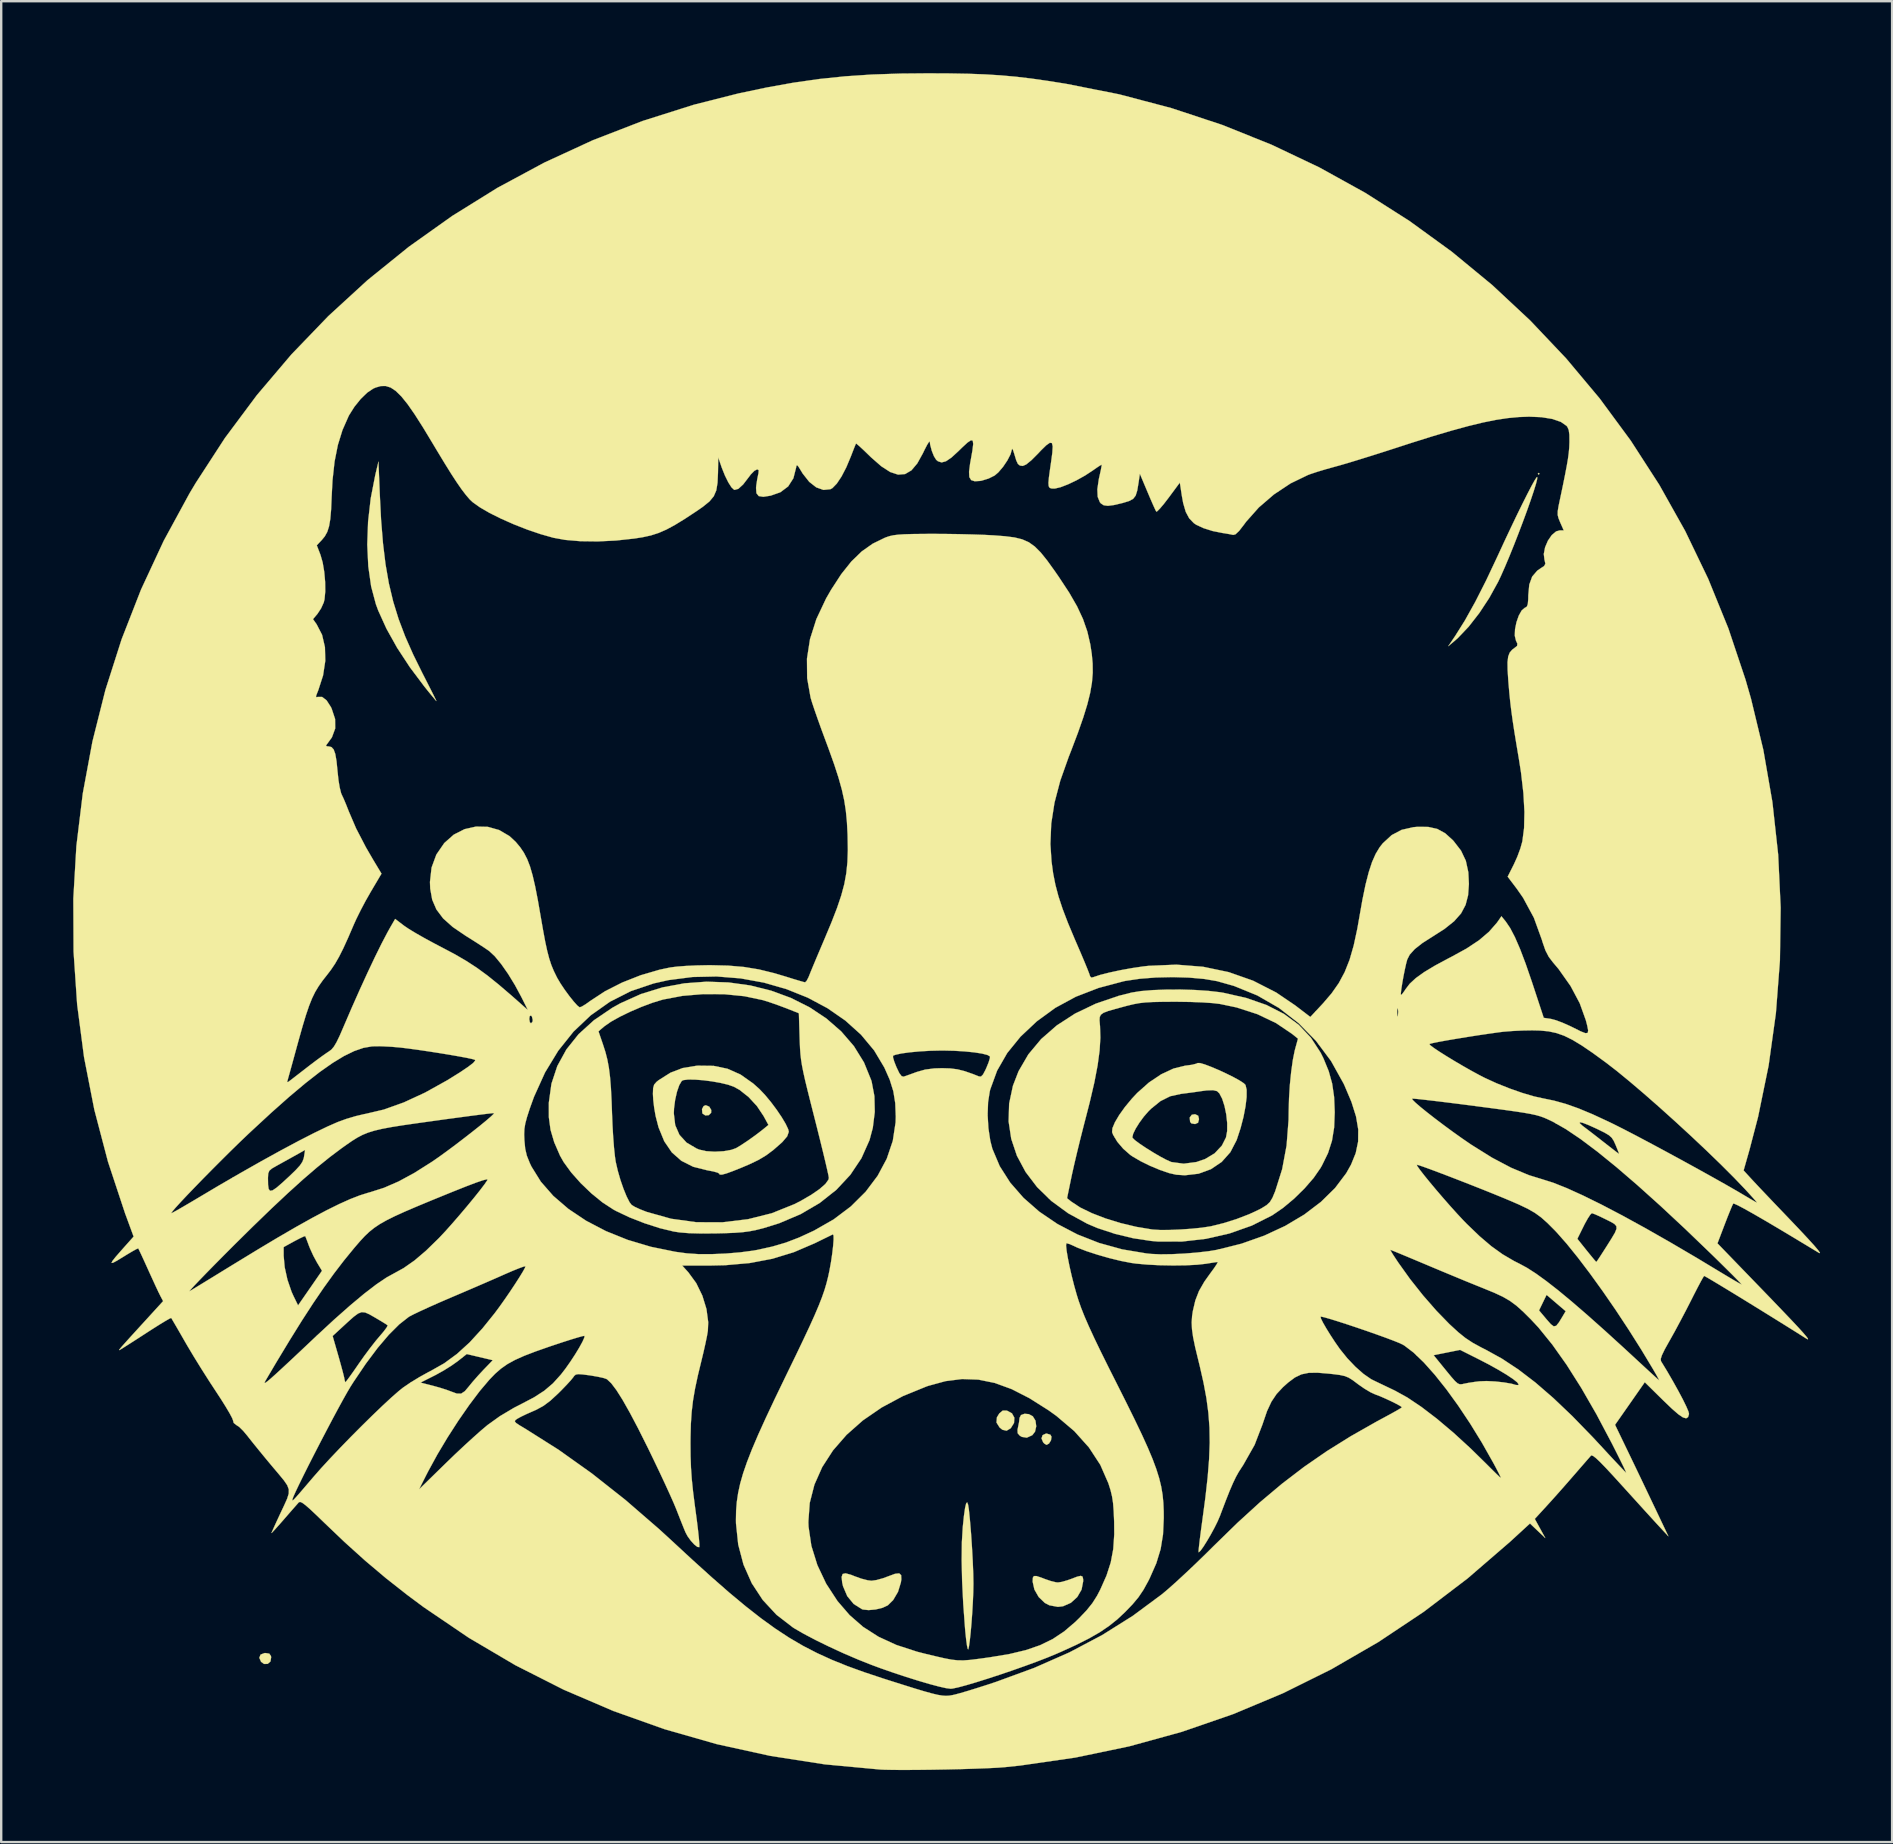
<source format=kicad_pcb>
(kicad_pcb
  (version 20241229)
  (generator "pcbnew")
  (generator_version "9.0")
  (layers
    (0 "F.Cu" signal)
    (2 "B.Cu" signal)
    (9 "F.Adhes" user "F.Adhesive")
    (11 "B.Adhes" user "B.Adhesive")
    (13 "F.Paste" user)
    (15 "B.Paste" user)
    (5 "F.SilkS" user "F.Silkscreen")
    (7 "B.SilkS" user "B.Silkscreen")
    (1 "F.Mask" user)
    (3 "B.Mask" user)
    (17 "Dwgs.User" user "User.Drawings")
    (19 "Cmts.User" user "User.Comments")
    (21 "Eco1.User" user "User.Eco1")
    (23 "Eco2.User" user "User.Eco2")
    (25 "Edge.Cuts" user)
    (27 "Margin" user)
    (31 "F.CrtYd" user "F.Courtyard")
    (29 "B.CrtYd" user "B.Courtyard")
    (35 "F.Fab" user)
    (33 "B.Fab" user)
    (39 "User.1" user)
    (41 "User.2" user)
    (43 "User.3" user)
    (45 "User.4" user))
  (footprint "logo"
    (layer "F.Cu")
    (at 36.417 35.303)
    (property "Reference" "logo" (at 0 0 0) (layer "F.SilkS") (effects (font (size 1.524 1.524) (thickness 0.3))))
    (attr through_hole)
    (fp_poly (pts (xy 24.674 -18.615) (xy 24.638 -18.578) (xy 24.602 -18.615) (xy 24.638 -18.651) (xy 24.674 -18.615)) (stroke (width 0.01) (type solid)) (fill yes) (layer "F.SilkS"))
    (fp_poly (pts (xy 10.453 8.131) (xy 10.487 8.273) (xy 10.447 8.423) (xy 10.323 8.478) (xy 10.17 8.451) (xy 10.116 8.387) (xy 10.099 8.207) (xy 10.186 8.09) (xy 10.323 8.068) (xy 10.453 8.131)) (stroke (width 0.01) (type solid)) (fill yes) (layer "F.SilkS"))
    (fp_poly (pts (xy -9.917 7.753) (xy -9.834 7.892) (xy -9.84 8.01) (xy -9.938 8.107) (xy -10.08 8.119) (xy -10.193 8.046) (xy -10.206 8.019) (xy -10.22 7.855) (xy -10.151 7.728) (xy -10.062 7.693) (xy -9.917 7.753)) (stroke (width 0.01) (type solid)) (fill yes) (layer "F.SilkS"))
    (fp_poly (pts (xy -28.248 30.541) (xy -28.179 30.639) (xy -28.17 30.69) (xy -28.198 30.867) (xy -28.313 30.968) (xy -28.465 30.972) (xy -28.59 30.883) (xy -28.664 30.715) (xy -28.611 30.581) (xy -28.446 30.518) (xy -28.411 30.516) (xy -28.248 30.541)) (stroke (width 0.01) (type solid)) (fill yes) (layer "F.SilkS"))
    (fp_poly (pts (xy 4.295 21.42) (xy 4.341 21.503) (xy 4.321 21.651) (xy 4.238 21.787) (xy 4.137 21.844) (xy 4.049 21.795) (xy 3.994 21.739) (xy 3.924 21.576) (xy 3.97 21.439) (xy 4.113 21.373) (xy 4.137 21.372) (xy 4.295 21.42)) (stroke (width 0.01) (type solid)) (fill yes) (layer "F.SilkS"))
    (fp_poly (pts (xy 2.489 20.419) (xy 2.694 20.53) (xy 2.794 20.713) (xy 2.78 20.93) (xy 2.647 21.145) (xy 2.639 21.154) (xy 2.47 21.254) (xy 2.295 21.214) (xy 2.177 21.118) (xy 2.049 20.914) (xy 2.066 20.698) (xy 2.165 20.535) (xy 2.305 20.417) (xy 2.475 20.415) (xy 2.489 20.419)) (stroke (width 0.01) (type solid)) (fill yes) (layer "F.SilkS"))
    (fp_poly (pts (xy 3.396 20.563) (xy 3.562 20.652) (xy 3.562 20.652) (xy 3.675 20.837) (xy 3.705 21.071) (xy 3.654 21.296) (xy 3.54 21.441) (xy 3.313 21.544) (xy 3.104 21.511) (xy 3.017 21.458) (xy 2.932 21.36) (xy 2.925 21.218) (xy 2.946 21.113) (xy 2.989 20.899) (xy 3.009 20.724) (xy 3.009 20.719) (xy 3.07 20.602) (xy 3.216 20.548) (xy 3.396 20.563)) (stroke (width 0.01) (type solid)) (fill yes) (layer "F.SilkS"))
    (fp_poly (pts (xy 5.635 27.332) (xy 5.659 27.436) (xy 5.661 27.524) (xy 5.594 27.874) (xy 5.414 28.183) (xy 5.148 28.424) (xy 4.824 28.567) (xy 4.608 28.593) (xy 4.25 28.527) (xy 4.064 28.43) (xy 3.808 28.184) (xy 3.629 27.872) (xy 3.556 27.545) (xy 3.556 27.524) (xy 3.564 27.379) (xy 3.607 27.309) (xy 3.713 27.308) (xy 3.91 27.372) (xy 4.064 27.432) (xy 4.307 27.515) (xy 4.522 27.568) (xy 4.608 27.577) (xy 4.776 27.551) (xy 5.01 27.483) (xy 5.153 27.432) (xy 5.41 27.335) (xy 5.561 27.3) (xy 5.635 27.332)) (stroke (width 0.01) (type solid)) (fill yes) (layer "F.SilkS"))
    (fp_poly (pts (xy -4.014 27.256) (xy -3.859 27.318) (xy -3.584 27.417) (xy -3.32 27.485) (xy -3.157 27.505) (xy -2.952 27.476) (xy -2.681 27.401) (xy -2.455 27.318) (xy -2.176 27.215) (xy -2.004 27.197) (xy -1.923 27.272) (xy -1.915 27.447) (xy -1.934 27.577) (xy -2.054 27.967) (xy -2.254 28.307) (xy -2.477 28.528) (xy -2.697 28.631) (xy -2.985 28.701) (xy -3.28 28.728) (xy -3.519 28.703) (xy -3.556 28.69) (xy -3.901 28.472) (xy -4.169 28.146) (xy -4.344 27.735) (xy -4.38 27.577) (xy -4.403 27.347) (xy -4.361 27.223) (xy -4.237 27.195) (xy -4.014 27.256)) (stroke (width 0.01) (type solid)) (fill yes) (layer "F.SilkS"))
    (fp_poly (pts (xy 0.867 24.339) (xy 0.898 24.537) (xy 0.944 24.991) (xy 0.989 25.531) (xy 1.028 26.113) (xy 1.06 26.689) (xy 1.081 27.212) (xy 1.088 27.63) (xy 1.082 27.978) (xy 1.065 28.384) (xy 1.04 28.818) (xy 1.009 29.251) (xy 0.974 29.652) (xy 0.937 29.994) (xy 0.902 30.244) (xy 0.874 30.363) (xy 0.851 30.345) (xy 0.82 30.205) (xy 0.786 29.962) (xy 0.752 29.638) (xy 0.739 29.492) (xy 0.664 28.471) (xy 0.617 27.519) (xy 0.598 26.652) (xy 0.607 25.891) (xy 0.645 25.264) (xy 0.694 24.795) (xy 0.741 24.467) (xy 0.786 24.281) (xy 0.828 24.238) (xy 0.867 24.339)) (stroke (width 0.01) (type solid)) (fill yes) (layer "F.SilkS"))
    (fp_poly (pts (xy -23.645 -17.78) (xy -23.59 -16.689) (xy -23.511 -15.718) (xy -23.405 -14.844) (xy -23.265 -14.042) (xy -23.085 -13.288) (xy -22.86 -12.56) (xy -22.584 -11.832) (xy -22.251 -11.081) (xy -21.877 -10.323) (xy -21.686 -9.949) (xy -21.521 -9.624) (xy -21.392 -9.368) (xy -21.311 -9.202) (xy -21.285 -9.144) (xy -21.334 -9.197) (xy -21.453 -9.34) (xy -21.625 -9.549) (xy -21.781 -9.743) (xy -22.388 -10.551) (xy -22.922 -11.365) (xy -23.367 -12.162) (xy -23.709 -12.916) (xy -23.807 -13.181) (xy -24.004 -13.92) (xy -24.123 -14.757) (xy -24.166 -15.665) (xy -24.132 -16.619) (xy -24.021 -17.594) (xy -23.832 -18.563) (xy -23.827 -18.585) (xy -23.699 -19.123) (xy -23.645 -17.78)) (stroke (width 0.01) (type solid)) (fill yes) (layer "F.SilkS"))
    (fp_poly (pts (xy 24.575 -18.394) (xy 24.524 -18.191) (xy 24.432 -17.892) (xy 24.306 -17.516) (xy 24.153 -17.083) (xy 23.98 -16.613) (xy 23.794 -16.123) (xy 23.603 -15.634) (xy 23.413 -15.164) (xy 23.231 -14.733) (xy 23.066 -14.36) (xy 22.95 -14.115) (xy 22.58 -13.444) (xy 22.163 -12.81) (xy 21.721 -12.244) (xy 21.277 -11.777) (xy 21.122 -11.64) (xy 20.871 -11.43) (xy 21.164 -11.865) (xy 21.566 -12.506) (xy 21.993 -13.273) (xy 22.449 -14.171) (xy 22.919 -15.167) (xy 23.199 -15.774) (xy 23.471 -16.352) (xy 23.728 -16.889) (xy 23.964 -17.37) (xy 24.171 -17.782) (xy 24.343 -18.111) (xy 24.473 -18.345) (xy 24.554 -18.468) (xy 24.577 -18.483) (xy 24.575 -18.394)) (stroke (width 0.01) (type solid)) (fill yes) (layer "F.SilkS"))
    (fp_poly (pts (xy -9.74 6.053) (xy -9.159 6.173) (xy -8.617 6.414) (xy -8.09 6.785) (xy -7.829 7.018) (xy -7.598 7.261) (xy -7.353 7.556) (xy -7.115 7.874) (xy -6.902 8.188) (xy -6.734 8.47) (xy -6.629 8.692) (xy -6.604 8.801) (xy -6.671 8.99) (xy -6.869 9.223) (xy -6.912 9.263) (xy -7.245 9.555) (xy -7.547 9.781) (xy -7.864 9.971) (xy -8.244 10.153) (xy -8.534 10.277) (xy -8.927 10.435) (xy -9.204 10.536) (xy -9.382 10.584) (xy -9.478 10.585) (xy -9.507 10.541) (xy -9.507 10.539) (xy -9.573 10.501) (xy -9.746 10.453) (xy -9.99 10.406) (xy -10.004 10.404) (xy -10.588 10.257) (xy -11.077 10.011) (xy -11.476 9.66) (xy -11.792 9.197) (xy -12.03 8.617) (xy -12.153 8.141) (xy -12.171 8.035) (xy -11.394 8.035) (xy -11.336 8.523) (xy -11.16 8.926) (xy -10.864 9.25) (xy -10.445 9.497) (xy -10.335 9.542) (xy -10.051 9.607) (xy -9.696 9.629) (xy -9.324 9.61) (xy -8.993 9.551) (xy -8.803 9.482) (xy -8.594 9.358) (xy -8.316 9.173) (xy -8.014 8.958) (xy -7.73 8.742) (xy -7.636 8.666) (xy -7.452 8.515) (xy -7.656 8.141) (xy -7.931 7.729) (xy -8.276 7.355) (xy -8.651 7.057) (xy -8.89 6.924) (xy -9.134 6.838) (xy -9.451 6.762) (xy -9.808 6.699) (xy -10.174 6.652) (xy -10.515 6.626) (xy -10.801 6.623) (xy -10.998 6.648) (xy -11.062 6.68) (xy -11.167 6.856) (xy -11.263 7.133) (xy -11.339 7.47) (xy -11.385 7.824) (xy -11.394 8.035) (xy -12.171 8.035) (xy -12.211 7.81) (xy -12.251 7.471) (xy -12.265 7.22) (xy -12.256 6.983) (xy -12.214 6.835) (xy -12.116 6.722) (xy -12.029 6.652) (xy -11.533 6.338) (xy -11.026 6.144) (xy -10.455 6.05) (xy -10.386 6.045) (xy -9.74 6.053)) (stroke (width 0.01) (type solid)) (fill yes) (layer "F.SilkS"))
    (fp_poly (pts (xy 10.528 5.936) (xy 10.725 5.993) (xy 10.992 6.094) (xy 11.299 6.224) (xy 11.618 6.371) (xy 11.919 6.521) (xy 12.174 6.661) (xy 12.353 6.778) (xy 12.424 6.849) (xy 12.471 7.048) (xy 12.47 7.354) (xy 12.424 7.741) (xy 12.34 8.179) (xy 12.22 8.643) (xy 12.069 9.103) (xy 12.052 9.151) (xy 11.792 9.651) (xy 11.431 10.056) (xy 10.985 10.357) (xy 10.469 10.546) (xy 9.9 10.612) (xy 9.541 10.589) (xy 9.236 10.52) (xy 8.856 10.389) (xy 8.445 10.217) (xy 8.049 10.022) (xy 7.711 9.824) (xy 7.616 9.758) (xy 7.331 9.508) (xy 7.083 9.217) (xy 6.968 9.026) (xy 7.71 9.026) (xy 7.717 9.053) (xy 7.818 9.151) (xy 8.014 9.297) (xy 8.274 9.471) (xy 8.565 9.653) (xy 8.856 9.824) (xy 9.114 9.962) (xy 9.307 10.049) (xy 9.344 10.062) (xy 9.849 10.129) (xy 10.377 10.06) (xy 10.737 9.937) (xy 11.135 9.699) (xy 11.439 9.376) (xy 11.612 9.033) (xy 11.66 8.766) (xy 11.661 8.436) (xy 11.622 8.078) (xy 11.55 7.729) (xy 11.452 7.424) (xy 11.335 7.2) (xy 11.237 7.106) (xy 11.074 7.067) (xy 10.808 7.076) (xy 10.608 7.102) (xy 10.28 7.15) (xy 9.939 7.195) (xy 9.732 7.221) (xy 9.287 7.319) (xy 8.885 7.519) (xy 8.491 7.837) (xy 8.385 7.942) (xy 8.185 8.171) (xy 7.999 8.425) (xy 7.845 8.673) (xy 7.743 8.883) (xy 7.71 9.026) (xy 6.968 9.026) (xy 6.91 8.93) (xy 6.865 8.815) (xy 6.88 8.648) (xy 6.984 8.402) (xy 7.163 8.1) (xy 7.403 7.765) (xy 7.69 7.419) (xy 7.91 7.183) (xy 8.399 6.748) (xy 8.912 6.404) (xy 9.425 6.165) (xy 9.913 6.045) (xy 9.959 6.04) (xy 10.193 6.008) (xy 10.372 5.963) (xy 10.429 5.935) (xy 10.528 5.936)) (stroke (width 0.01) (type solid)) (fill yes) (layer "F.SilkS"))
    (fp_poly (pts (xy -9.11 2.578) (xy -8.21 2.703) (xy -7.34 2.92) (xy -6.514 3.224) (xy -5.743 3.611) (xy -5.041 4.077) (xy -4.42 4.618) (xy -3.892 5.23) (xy -3.471 5.91) (xy -3.169 6.652) (xy -3.151 6.713) (xy -3.037 7.315) (xy -3.022 7.973) (xy -3.104 8.636) (xy -3.241 9.147) (xy -3.578 9.902) (xy -4.041 10.594) (xy -4.622 11.217) (xy -5.315 11.765) (xy -6.11 12.231) (xy -7.002 12.61) (xy -7.659 12.814) (xy -7.961 12.89) (xy -8.237 12.945) (xy -8.523 12.983) (xy -8.857 13.008) (xy -9.274 13.025) (xy -9.616 13.033) (xy -10.244 13.038) (xy -10.75 13.025) (xy -11.156 12.992) (xy -11.403 12.954) (xy -11.982 12.814) (xy -12.617 12.609) (xy -13.245 12.363) (xy -13.807 12.096) (xy -13.923 12.032) (xy -14.371 11.739) (xy -14.832 11.363) (xy -15.275 10.938) (xy -15.67 10.493) (xy -15.985 10.06) (xy -16.134 9.797) (xy -16.378 9.235) (xy -16.53 8.719) (xy -16.601 8.193) (xy -16.602 7.604) (xy -16.601 7.584) (xy -16.493 6.799) (xy -16.248 6.06) (xy -15.87 5.37) (xy -15.362 4.734) (xy -15.23 4.614) (xy -14.533 4.614) (xy -14.347 5.156) (xy -14.243 5.479) (xy -14.162 5.798) (xy -14.099 6.137) (xy -14.051 6.524) (xy -14.014 6.984) (xy -13.986 7.543) (xy -13.968 8.055) (xy -13.948 8.542) (xy -13.92 9.022) (xy -13.886 9.461) (xy -13.848 9.822) (xy -13.815 10.05) (xy -13.73 10.419) (xy -13.619 10.805) (xy -13.491 11.174) (xy -13.36 11.495) (xy -13.238 11.735) (xy -13.152 11.847) (xy -13.023 11.926) (xy -12.803 12.028) (xy -12.536 12.133) (xy -12.519 12.139) (xy -11.506 12.423) (xy -10.457 12.567) (xy -9.374 12.571) (xy -8.304 12.442) (xy -7.311 12.193) (xy -6.367 11.813) (xy -6.104 11.678) (xy -5.668 11.425) (xy -5.322 11.186) (xy -5.078 10.972) (xy -4.951 10.793) (xy -4.935 10.722) (xy -4.952 10.616) (xy -5.002 10.388) (xy -5.079 10.054) (xy -5.18 9.634) (xy -5.3 9.145) (xy -5.435 8.604) (xy -5.527 8.241) (xy -5.689 7.603) (xy -5.819 7.084) (xy -5.921 6.665) (xy -5.997 6.324) (xy -6.053 6.041) (xy -6.092 5.795) (xy -6.118 5.565) (xy -6.135 5.331) (xy -6.146 5.072) (xy -6.152 4.888) (xy -6.184 3.861) (xy -6.739 3.642) (xy -7.066 3.52) (xy -7.402 3.403) (xy -7.679 3.316) (xy -7.693 3.312) (xy -8.458 3.151) (xy -9.3 3.068) (xy -10.173 3.064) (xy -11.033 3.137) (xy -11.832 3.288) (xy -11.864 3.296) (xy -12.284 3.424) (xy -12.745 3.597) (xy -13.211 3.797) (xy -13.647 4.009) (xy -14.016 4.216) (xy -14.282 4.401) (xy -14.288 4.406) (xy -14.533 4.614) (xy -15.23 4.614) (xy -14.725 4.155) (xy -13.962 3.637) (xy -13.625 3.449) (xy -12.762 3.061) (xy -11.866 2.784) (xy -10.951 2.614) (xy -10.028 2.546) (xy -9.11 2.578)) (stroke (width 0.01) (type solid)) (fill yes) (layer "F.SilkS"))
    (fp_poly (pts (xy 10.319 2.892) (xy 10.882 2.93) (xy 11.373 2.987) (xy 11.499 3.008) (xy 12.46 3.226) (xy 13.3 3.518) (xy 14.024 3.888) (xy 14.637 4.34) (xy 15.145 4.876) (xy 15.552 5.501) (xy 15.669 5.734) (xy 15.889 6.271) (xy 16.034 6.791) (xy 16.115 7.347) (xy 16.141 7.983) (xy 16.116 8.623) (xy 16.026 9.175) (xy 15.861 9.688) (xy 15.606 10.209) (xy 15.551 10.305) (xy 15.267 10.716) (xy 14.887 11.155) (xy 14.449 11.585) (xy 13.987 11.971) (xy 13.538 12.279) (xy 13.529 12.284) (xy 12.684 12.709) (xy 11.755 13.036) (xy 10.773 13.26) (xy 9.769 13.374) (xy 8.773 13.372) (xy 8.491 13.348) (xy 7.745 13.235) (xy 6.98 13.05) (xy 6.257 12.811) (xy 5.838 12.634) (xy 5.032 12.193) (xy 4.331 11.679) (xy 4.215 11.566) (xy 4.989 11.566) (xy 5.161 11.706) (xy 5.531 11.951) (xy 6.017 12.188) (xy 6.589 12.409) (xy 7.218 12.603) (xy 7.874 12.76) (xy 8.529 12.869) (xy 8.563 12.873) (xy 8.858 12.891) (xy 9.251 12.89) (xy 9.701 12.872) (xy 10.161 12.84) (xy 10.59 12.797) (xy 10.941 12.744) (xy 10.991 12.735) (xy 11.512 12.605) (xy 12.057 12.433) (xy 12.573 12.235) (xy 13.01 12.031) (xy 13.103 11.98) (xy 13.304 11.854) (xy 13.439 11.727) (xy 13.545 11.553) (xy 13.656 11.289) (xy 13.662 11.273) (xy 13.951 10.358) (xy 14.135 9.374) (xy 14.218 8.303) (xy 14.223 7.936) (xy 14.237 7.404) (xy 14.272 6.845) (xy 14.327 6.3) (xy 14.395 5.811) (xy 14.474 5.416) (xy 14.493 5.345) (xy 14.61 4.92) (xy 14.372 4.728) (xy 13.698 4.272) (xy 12.919 3.9) (xy 12.05 3.619) (xy 11.357 3.474) (xy 11.052 3.438) (xy 10.636 3.41) (xy 10.142 3.391) (xy 9.604 3.383) (xy 9.434 3.382) (xy 8.939 3.386) (xy 8.557 3.394) (xy 8.256 3.411) (xy 8.005 3.439) (xy 7.771 3.482) (xy 7.523 3.541) (xy 7.402 3.573) (xy 6.992 3.684) (xy 6.7 3.768) (xy 6.509 3.842) (xy 6.399 3.921) (xy 6.35 4.02) (xy 6.342 4.155) (xy 6.357 4.342) (xy 6.363 4.405) (xy 6.377 4.881) (xy 6.345 5.418) (xy 6.262 6.033) (xy 6.127 6.74) (xy 5.937 7.556) (xy 5.809 8.055) (xy 5.67 8.592) (xy 5.53 9.147) (xy 5.399 9.684) (xy 5.286 10.165) (xy 5.199 10.552) (xy 5.183 10.627) (xy 4.989 11.566) (xy 4.215 11.566) (xy 3.739 11.102) (xy 3.261 10.473) (xy 2.901 9.801) (xy 2.664 9.096) (xy 2.554 8.368) (xy 2.576 7.626) (xy 2.734 6.882) (xy 2.968 6.277) (xy 3.377 5.575) (xy 3.911 4.936) (xy 4.562 4.368) (xy 5.323 3.875) (xy 6.186 3.462) (xy 7.143 3.135) (xy 7.683 2.999) (xy 8.066 2.938) (xy 8.558 2.897) (xy 9.121 2.876) (xy 9.72 2.874) (xy 10.319 2.892)) (stroke (width 0.01) (type solid)) (fill yes) (layer "F.SilkS"))
    (fp_poly (pts (xy 0.07 -35.294) (xy 0.861 -35.28) (xy 1.569 -35.254) (xy 2.227 -35.213) (xy 2.865 -35.156) (xy 3.514 -35.079) (xy 4.205 -34.98) (xy 4.935 -34.864) (xy 7.161 -34.423) (xy 9.334 -33.85) (xy 11.451 -33.15) (xy 13.506 -32.325) (xy 15.495 -31.38) (xy 17.413 -30.319) (xy 19.255 -29.146) (xy 21.018 -27.866) (xy 22.697 -26.482) (xy 24.286 -24.999) (xy 25.782 -23.42) (xy 27.181 -21.75) (xy 28.476 -19.992) (xy 29.664 -18.152) (xy 30.741 -16.232) (xy 31.701 -14.237) (xy 32.541 -12.172) (xy 33.255 -10.039) (xy 33.484 -9.243) (xy 33.998 -7.109) (xy 34.375 -4.94) (xy 34.616 -2.747) (xy 34.72 -0.542) (xy 34.689 1.665) (xy 34.521 3.862) (xy 34.218 6.039) (xy 33.778 8.182) (xy 33.423 9.541) (xy 33.176 10.41) (xy 33.476 10.738) (xy 33.612 10.884) (xy 33.829 11.116) (xy 34.111 11.413) (xy 34.438 11.757) (xy 34.793 12.128) (xy 35.009 12.354) (xy 35.478 12.846) (xy 35.845 13.239) (xy 36.113 13.534) (xy 36.283 13.734) (xy 36.357 13.84) (xy 36.339 13.856) (xy 36.313 13.843) (xy 36.231 13.793) (xy 36.048 13.683) (xy 35.791 13.528) (xy 35.482 13.342) (xy 35.379 13.279) (xy 34.683 12.862) (xy 34.088 12.51) (xy 33.596 12.225) (xy 33.211 12.009) (xy 32.939 11.865) (xy 32.782 11.795) (xy 32.744 11.79) (xy 32.704 11.87) (xy 32.625 12.058) (xy 32.517 12.325) (xy 32.395 12.64) (xy 32.087 13.448) (xy 33.778 15.197) (xy 34.334 15.772) (xy 34.793 16.251) (xy 35.162 16.638) (xy 35.447 16.942) (xy 35.653 17.169) (xy 35.786 17.324) (xy 35.853 17.414) (xy 35.858 17.447) (xy 35.808 17.427) (xy 35.778 17.409) (xy 35.357 17.143) (xy 34.896 16.855) (xy 34.411 16.553) (xy 33.917 16.247) (xy 33.431 15.947) (xy 32.968 15.662) (xy 32.543 15.403) (xy 32.172 15.178) (xy 31.872 14.998) (xy 31.658 14.872) (xy 31.545 14.81) (xy 31.532 14.805) (xy 31.489 14.866) (xy 31.394 15.035) (xy 31.259 15.29) (xy 31.095 15.609) (xy 30.995 15.808) (xy 30.777 16.234) (xy 30.539 16.686) (xy 30.308 17.117) (xy 30.108 17.475) (xy 30.078 17.527) (xy 29.888 17.868) (xy 29.773 18.107) (xy 29.723 18.263) (xy 29.733 18.354) (xy 29.735 18.357) (xy 29.99 18.776) (xy 30.233 19.195) (xy 30.455 19.594) (xy 30.644 19.95) (xy 30.788 20.244) (xy 30.878 20.455) (xy 30.902 20.557) (xy 30.861 20.689) (xy 30.781 20.738) (xy 30.649 20.7) (xy 30.456 20.569) (xy 30.191 20.339) (xy 29.842 20.005) (xy 29.838 20.001) (xy 29.059 19.234) (xy 28.44 20.121) (xy 27.82 21.008) (xy 28.415 22.242) (xy 28.653 22.737) (xy 28.916 23.286) (xy 29.179 23.838) (xy 29.418 24.339) (xy 29.526 24.565) (xy 30.043 25.654) (xy 29.699 25.284) (xy 29.553 25.126) (xy 29.328 24.879) (xy 29.042 24.566) (xy 28.714 24.204) (xy 28.362 23.816) (xy 28.127 23.557) (xy 27.735 23.126) (xy 27.427 22.795) (xy 27.194 22.555) (xy 27.025 22.396) (xy 26.911 22.308) (xy 26.842 22.282) (xy 26.815 22.294) (xy 26.739 22.381) (xy 26.587 22.555) (xy 26.38 22.793) (xy 26.139 23.071) (xy 26.07 23.15) (xy 25.776 23.487) (xy 25.465 23.84) (xy 25.174 24.165) (xy 24.942 24.42) (xy 24.476 24.928) (xy 24.695 25.327) (xy 24.915 25.727) (xy 24.595 25.423) (xy 24.275 25.119) (xy 23.441 25.885) (xy 21.68 27.405) (xy 19.852 28.797) (xy 17.958 30.059) (xy 16 31.192) (xy 13.981 32.193) (xy 11.903 33.063) (xy 9.768 33.8) (xy 7.579 34.403) (xy 5.336 34.871) (xy 3.043 35.203) (xy 2.395 35.271) (xy 2.09 35.294) (xy 1.67 35.315) (xy 1.161 35.334) (xy 0.59 35.352) (xy -0.015 35.366) (xy -0.628 35.377) (xy -1.221 35.384) (xy -1.769 35.387) (xy -2.243 35.385) (xy -2.616 35.378) (xy -2.794 35.37) (xy -5.107 35.154) (xy -7.379 34.8) (xy -9.607 34.311) (xy -11.786 33.687) (xy -13.913 32.931) (xy -15.983 32.043) (xy -17.993 31.025) (xy -19.938 29.879) (xy -21.815 28.605) (xy -22.497 28.098) (xy -23.391 27.395) (xy -24.25 26.67) (xy -25.115 25.89) (xy -25.928 25.115) (xy -26.281 24.774) (xy -26.546 24.525) (xy -26.737 24.358) (xy -26.869 24.26) (xy -26.955 24.222) (xy -27.009 24.231) (xy -27.023 24.244) (xy -27.108 24.34) (xy -27.264 24.517) (xy -27.467 24.75) (xy -27.638 24.947) (xy -27.847 25.185) (xy -28.016 25.374) (xy -28.125 25.491) (xy -28.158 25.519) (xy -28.129 25.447) (xy -28.05 25.271) (xy -27.934 25.017) (xy -27.805 24.739) (xy -27.628 24.364) (xy -27.52 24.124) (xy -27.287 24.124) (xy -27.285 24.152) (xy -27.269 24.156) (xy -27.228 24.124) (xy -27.149 24.041) (xy -27.018 23.893) (xy -26.848 23.695) (xy -22.007 23.695) (xy -20.891 22.605) (xy -20.514 22.241) (xy -20.126 21.877) (xy -19.754 21.537) (xy -19.428 21.247) (xy -19.174 21.033) (xy -19.159 21.02) (xy -18.945 20.867) (xy -18.019 20.867) (xy -17.966 20.931) (xy -17.822 21.028) (xy -17.571 21.178) (xy -17.555 21.188) (xy -16.197 22.046) (xy -14.81 23.033) (xy -13.409 24.139) (xy -12.006 25.354) (xy -11.516 25.803) (xy -10.621 26.631) (xy -9.812 27.362) (xy -9.076 28.006) (xy -8.398 28.57) (xy -7.766 29.065) (xy -7.166 29.499) (xy -6.584 29.881) (xy -6.006 30.219) (xy -5.418 30.522) (xy -4.808 30.8) (xy -4.162 31.061) (xy -3.464 31.314) (xy -2.704 31.567) (xy -2.504 31.631) (xy -1.875 31.83) (xy -1.368 31.989) (xy -0.965 32.11) (xy -0.65 32.198) (xy -0.404 32.257) (xy -0.212 32.289) (xy -0.056 32.3) (xy 0.081 32.292) (xy 0.215 32.269) (xy 0.318 32.246) (xy 0.53 32.189) (xy 0.848 32.096) (xy 1.239 31.975) (xy 1.671 31.837) (xy 2.036 31.716) (xy 3.619 31.136) (xy 5.085 30.49) (xy 6.45 29.769) (xy 7.729 28.966) (xy 8.938 28.071) (xy 8.954 28.058) (xy 9.211 27.841) (xy 9.545 27.543) (xy 9.933 27.184) (xy 10.353 26.787) (xy 10.78 26.372) (xy 11.103 26.052) (xy 12.091 25.089) (xy 13.03 24.232) (xy 13.946 23.462) (xy 14.863 22.761) (xy 15.807 22.109) (xy 16.802 21.488) (xy 17.874 20.879) (xy 18.182 20.713) (xy 18.477 20.553) (xy 18.719 20.418) (xy 18.882 20.321) (xy 18.941 20.278) (xy 18.88 20.229) (xy 18.722 20.141) (xy 18.502 20.031) (xy 18.257 19.917) (xy 18.023 19.815) (xy 17.835 19.744) (xy 17.829 19.742) (xy 17.634 19.653) (xy 17.379 19.501) (xy 17.118 19.32) (xy 17.098 19.304) (xy 16.89 19.148) (xy 16.724 19.044) (xy 16.56 18.977) (xy 16.355 18.932) (xy 16.068 18.895) (xy 15.888 18.876) (xy 15.419 18.837) (xy 15.054 18.843) (xy 14.755 18.905) (xy 14.485 19.034) (xy 14.207 19.241) (xy 13.985 19.439) (xy 13.718 19.725) (xy 13.503 20.045) (xy 13.321 20.436) (xy 13.15 20.934) (xy 13.139 20.971) (xy 12.803 21.844) (xy 12.326 22.687) (xy 12.263 22.782) (xy 12.141 22.971) (xy 12.024 23.181) (xy 11.903 23.434) (xy 11.766 23.751) (xy 11.605 24.157) (xy 11.409 24.672) (xy 11.359 24.806) (xy 11.262 25.031) (xy 11.129 25.299) (xy 10.976 25.581) (xy 10.818 25.851) (xy 10.673 26.082) (xy 10.555 26.246) (xy 10.481 26.316) (xy 10.469 26.314) (xy 10.47 26.237) (xy 10.49 26.04) (xy 10.525 25.746) (xy 10.572 25.378) (xy 10.625 24.991) (xy 10.753 24.032) (xy 10.847 23.189) (xy 10.907 22.44) (xy 10.933 21.76) (xy 10.923 21.126) (xy 10.877 20.513) (xy 10.795 19.897) (xy 10.675 19.254) (xy 10.518 18.56) (xy 10.452 18.291) (xy 10.326 17.77) (xy 10.241 17.358) (xy 10.194 17.024) (xy 10.181 16.739) (xy 10.197 16.502) (xy 15.55 16.502) (xy 15.567 16.579) (xy 15.651 16.75) (xy 15.787 16.987) (xy 15.959 17.265) (xy 16.151 17.559) (xy 16.348 17.841) (xy 16.357 17.853) (xy 16.663 18.233) (xy 17.002 18.589) (xy 17.341 18.888) (xy 17.648 19.101) (xy 17.724 19.141) (xy 17.933 19.242) (xy 18.222 19.38) (xy 18.54 19.532) (xy 18.651 19.585) (xy 19.169 19.871) (xy 19.757 20.266) (xy 20.401 20.758) (xy 21.088 21.338) (xy 21.804 21.994) (xy 22.423 22.601) (xy 22.663 22.841) (xy 22.863 23.038) (xy 23.003 23.172) (xy 23.064 23.223) (xy 23.064 23.223) (xy 23.043 23.164) (xy 22.965 23.005) (xy 22.844 22.772) (xy 22.745 22.588) (xy 22.273 21.753) (xy 21.783 20.956) (xy 21.286 20.21) (xy 20.792 19.528) (xy 20.311 18.924) (xy 19.854 18.411) (xy 19.538 18.107) (xy 20.261 18.107) (xy 20.77 18.733) (xy 20.994 19.006) (xy 21.15 19.183) (xy 21.262 19.282) (xy 21.353 19.32) (xy 21.444 19.316) (xy 21.507 19.301) (xy 21.708 19.261) (xy 21.981 19.219) (xy 22.171 19.196) (xy 22.467 19.185) (xy 22.826 19.202) (xy 23.192 19.242) (xy 23.511 19.297) (xy 23.691 19.349) (xy 23.786 19.352) (xy 23.803 19.322) (xy 23.741 19.236) (xy 23.568 19.098) (xy 23.302 18.921) (xy 22.964 18.718) (xy 22.571 18.499) (xy 22.166 18.289) (xy 21.364 17.886) (xy 20.812 17.997) (xy 20.261 18.107) (xy 19.538 18.107) (xy 19.431 18.003) (xy 19.051 17.713) (xy 18.983 17.671) (xy 18.841 17.603) (xy 18.597 17.505) (xy 18.274 17.383) (xy 17.894 17.246) (xy 17.482 17.101) (xy 17.058 16.956) (xy 16.647 16.819) (xy 16.269 16.697) (xy 15.95 16.598) (xy 15.71 16.53) (xy 15.573 16.5) (xy 15.55 16.502) (xy 10.197 16.502) (xy 10.199 16.472) (xy 10.229 16.272) (xy 10.334 15.825) (xy 10.486 15.433) (xy 10.709 15.044) (xy 10.946 14.712) (xy 11.107 14.492) (xy 11.22 14.324) (xy 11.267 14.233) (xy 11.264 14.224) (xy 11.17 14.236) (xy 10.978 14.265) (xy 10.777 14.298) (xy 10.409 14.339) (xy 9.938 14.363) (xy 9.407 14.37) (xy 8.856 14.36) (xy 8.327 14.333) (xy 7.861 14.291) (xy 7.661 14.263) (xy 7.223 14.178) (xy 6.738 14.059) (xy 6.247 13.918) (xy 5.793 13.77) (xy 5.418 13.625) (xy 5.273 13.557) (xy 5.095 13.478) (xy 4.979 13.446) (xy 4.959 13.449) (xy 4.948 13.545) (xy 4.97 13.755) (xy 5.02 14.051) (xy 5.092 14.408) (xy 5.181 14.799) (xy 5.282 15.198) (xy 5.389 15.579) (xy 5.462 15.814) (xy 5.572 16.128) (xy 5.714 16.486) (xy 5.895 16.902) (xy 6.12 17.39) (xy 6.397 17.965) (xy 6.733 18.643) (xy 7.009 19.19) (xy 7.434 20.036) (xy 7.796 20.769) (xy 8.1 21.402) (xy 8.349 21.95) (xy 8.55 22.428) (xy 8.707 22.85) (xy 8.826 23.229) (xy 8.911 23.58) (xy 8.968 23.918) (xy 9.001 24.257) (xy 9.016 24.611) (xy 9.018 24.892) (xy 8.987 25.576) (xy 8.888 26.186) (xy 8.708 26.775) (xy 8.434 27.396) (xy 8.37 27.524) (xy 8.17 27.886) (xy 7.964 28.192) (xy 7.714 28.491) (xy 7.405 28.811) (xy 7.077 29.118) (xy 6.732 29.393) (xy 6.35 29.652) (xy 5.905 29.907) (xy 5.375 30.174) (xy 4.736 30.466) (xy 4.536 30.553) (xy 4.166 30.706) (xy 3.725 30.876) (xy 3.234 31.056) (xy 2.715 31.239) (xy 2.189 31.418) (xy 1.678 31.585) (xy 1.204 31.734) (xy 0.788 31.857) (xy 0.453 31.947) (xy 0.22 31.996) (xy 0.143 32.004) (xy -0.047 31.98) (xy -0.35 31.912) (xy -0.744 31.807) (xy -1.206 31.671) (xy -1.713 31.512) (xy -2.243 31.337) (xy -2.773 31.152) (xy -3.157 31.01) (xy -3.721 30.786) (xy -4.318 30.53) (xy -4.915 30.255) (xy -5.479 29.979) (xy -5.977 29.717) (xy -6.378 29.485) (xy -6.438 29.446) (xy -7.115 28.924) (xy -7.687 28.308) (xy -8.147 27.608) (xy -8.49 26.835) (xy -8.711 25.999) (xy -8.804 25.113) (xy -8.805 25.048) (xy -5.789 25.048) (xy -5.781 25.255) (xy -5.663 26.052) (xy -5.414 26.852) (xy -5.048 27.626) (xy -4.577 28.349) (xy -4.071 28.936) (xy -3.509 29.426) (xy -2.864 29.839) (xy -2.119 30.181) (xy -1.259 30.461) (xy -0.943 30.542) (xy -0.472 30.655) (xy -0.109 30.738) (xy 0.182 30.793) (xy 0.434 30.82) (xy 0.681 30.823) (xy 0.957 30.802) (xy 1.297 30.76) (xy 1.735 30.699) (xy 1.79 30.691) (xy 2.594 30.557) (xy 3.278 30.393) (xy 3.869 30.189) (xy 4.391 29.934) (xy 4.869 29.616) (xy 5.328 29.224) (xy 5.486 29.071) (xy 5.804 28.737) (xy 6.042 28.441) (xy 6.237 28.134) (xy 6.376 27.867) (xy 6.634 27.285) (xy 6.81 26.74) (xy 6.914 26.184) (xy 6.955 25.572) (xy 6.951 25.044) (xy 6.932 24.605) (xy 6.906 24.269) (xy 6.864 23.993) (xy 6.802 23.734) (xy 6.712 23.449) (xy 6.712 23.448) (xy 6.374 22.675) (xy 5.9 21.95) (xy 5.29 21.27) (xy 4.543 20.636) (xy 4.218 20.403) (xy 3.423 19.9) (xy 2.682 19.521) (xy 1.977 19.264) (xy 1.293 19.125) (xy 0.614 19.101) (xy -0.077 19.189) (xy -0.794 19.385) (xy -0.871 19.412) (xy -1.848 19.811) (xy -2.732 20.285) (xy -3.517 20.824) (xy -4.196 21.424) (xy -4.763 22.075) (xy -5.212 22.77) (xy -5.537 23.502) (xy -5.732 24.264) (xy -5.789 25.048) (xy -8.805 25.048) (xy -8.806 24.965) (xy -8.799 24.588) (xy -8.77 24.22) (xy -8.714 23.845) (xy -8.628 23.451) (xy -8.506 23.025) (xy -8.343 22.554) (xy -8.136 22.023) (xy -7.879 21.421) (xy -7.567 20.733) (xy -7.197 19.946) (xy -6.763 19.047) (xy -6.677 18.869) (xy -6.306 18.106) (xy -5.995 17.456) (xy -5.737 16.906) (xy -5.527 16.44) (xy -5.357 16.041) (xy -5.222 15.696) (xy -5.115 15.389) (xy -5.031 15.104) (xy -4.962 14.827) (xy -4.911 14.587) (xy -4.845 14.222) (xy -4.793 13.867) (xy -4.756 13.548) (xy -4.737 13.291) (xy -4.739 13.124) (xy -4.765 13.073) (xy -4.765 13.073) (xy -4.852 13.115) (xy -5.039 13.206) (xy -5.297 13.332) (xy -5.519 13.441) (xy -6.393 13.816) (xy -7.288 14.09) (xy -8.234 14.269) (xy -9.257 14.359) (xy -9.895 14.373) (xy -11.044 14.373) (xy -10.786 14.659) (xy -10.46 15.105) (xy -10.205 15.628) (xy -10.034 16.184) (xy -9.961 16.732) (xy -9.976 17.091) (xy -10.013 17.31) (xy -10.078 17.625) (xy -10.16 17.989) (xy -10.232 18.288) (xy -10.391 18.944) (xy -10.51 19.501) (xy -10.595 19.998) (xy -10.651 20.474) (xy -10.684 20.968) (xy -10.698 21.52) (xy -10.7 21.771) (xy -10.696 22.31) (xy -10.679 22.794) (xy -10.646 23.271) (xy -10.593 23.785) (xy -10.517 24.384) (xy -10.494 24.55) (xy -10.434 25.001) (xy -10.385 25.403) (xy -10.35 25.734) (xy -10.33 25.971) (xy -10.329 26.093) (xy -10.332 26.105) (xy -10.413 26.095) (xy -10.541 25.995) (xy -10.688 25.834) (xy -10.824 25.645) (xy -10.909 25.485) (xy -10.985 25.301) (xy -11.095 25.026) (xy -11.221 24.706) (xy -11.29 24.529) (xy -11.394 24.279) (xy -11.551 23.924) (xy -11.75 23.489) (xy -11.979 22.999) (xy -12.227 22.48) (xy -12.481 21.955) (xy -12.483 21.953) (xy -12.88 21.159) (xy -13.229 20.498) (xy -13.53 19.966) (xy -13.786 19.561) (xy -13.999 19.279) (xy -14.171 19.117) (xy -14.204 19.097) (xy -14.337 19.053) (xy -14.569 19.003) (xy -14.853 18.954) (xy -14.908 18.946) (xy -15.194 18.909) (xy -15.372 18.897) (xy -15.476 18.915) (xy -15.542 18.968) (xy -15.587 19.031) (xy -15.685 19.152) (xy -15.858 19.341) (xy -16.079 19.57) (xy -16.22 19.71) (xy -16.543 20.008) (xy -16.83 20.221) (xy -17.128 20.383) (xy -17.248 20.436) (xy -17.52 20.555) (xy -17.76 20.67) (xy -17.916 20.756) (xy -17.922 20.759) (xy -17.999 20.816) (xy -18.019 20.867) (xy -18.945 20.867) (xy -18.642 20.649) (xy -18.052 20.298) (xy -17.744 20.14) (xy -17.214 19.862) (xy -16.788 19.586) (xy -16.429 19.28) (xy -16.099 18.915) (xy -15.909 18.669) (xy -15.702 18.375) (xy -15.505 18.074) (xy -15.333 17.79) (xy -15.201 17.549) (xy -15.124 17.378) (xy -15.114 17.301) (xy -15.191 17.312) (xy -15.383 17.365) (xy -15.671 17.452) (xy -16.033 17.568) (xy -16.448 17.706) (xy -16.556 17.742) (xy -17.15 17.95) (xy -17.627 18.133) (xy -18.011 18.305) (xy -18.326 18.478) (xy -18.594 18.666) (xy -18.839 18.88) (xy -19.077 19.126) (xy -19.481 19.603) (xy -19.919 20.184) (xy -20.373 20.838) (xy -20.822 21.535) (xy -21.246 22.245) (xy -21.624 22.937) (xy -21.715 23.114) (xy -22.007 23.695) (xy -26.848 23.695) (xy -26.825 23.668) (xy -26.555 23.352) (xy -26.414 23.187) (xy -26.1 22.829) (xy -25.723 22.419) (xy -25.302 21.975) (xy -24.855 21.515) (xy -24.399 21.057) (xy -23.954 20.619) (xy -23.538 20.22) (xy -23.168 19.877) (xy -22.863 19.609) (xy -22.679 19.461) (xy -22.371 19.251) (xy -22.368 19.249) (xy -21.948 19.249) (xy -21.443 19.378) (xy -21.146 19.46) (xy -20.868 19.548) (xy -20.683 19.617) (xy -20.432 19.708) (xy -20.254 19.709) (xy -20.099 19.606) (xy -19.951 19.431) (xy -19.777 19.218) (xy -19.55 18.96) (xy -19.326 18.719) (xy -18.937 18.316) (xy -20.021 18.06) (xy -20.403 18.362) (xy -20.657 18.542) (xy -20.98 18.744) (xy -21.31 18.928) (xy -21.367 18.957) (xy -21.948 19.249) (xy -22.368 19.249) (xy -21.997 19.022) (xy -21.624 18.815) (xy -21.516 18.76) (xy -20.96 18.445) (xy -20.428 18.055) (xy -19.902 17.576) (xy -19.365 16.989) (xy -18.859 16.361) (xy -18.66 16.093) (xy -18.443 15.787) (xy -18.221 15.464) (xy -18.011 15.148) (xy -17.827 14.861) (xy -17.683 14.626) (xy -17.595 14.466) (xy -17.576 14.404) (xy -17.653 14.417) (xy -17.834 14.482) (xy -18.095 14.587) (xy -18.408 14.722) (xy -18.44 14.736) (xy -18.771 14.883) (xy -19.198 15.069) (xy -19.686 15.28) (xy -20.196 15.499) (xy -20.691 15.71) (xy -20.719 15.722) (xy -21.165 15.914) (xy -21.581 16.099) (xy -21.944 16.265) (xy -22.229 16.401) (xy -22.411 16.496) (xy -22.441 16.515) (xy -22.833 16.822) (xy -23.267 17.255) (xy -23.734 17.805) (xy -24.226 18.462) (xy -24.735 19.215) (xy -24.861 19.413) (xy -24.992 19.634) (xy -25.167 19.944) (xy -25.376 20.326) (xy -25.61 20.762) (xy -25.858 21.233) (xy -26.113 21.721) (xy -26.365 22.21) (xy -26.604 22.679) (xy -26.821 23.113) (xy -27.007 23.491) (xy -27.153 23.798) (xy -27.249 24.013) (xy -27.287 24.121) (xy -27.287 24.124) (xy -27.52 24.124) (xy -27.504 24.087) (xy -27.438 23.875) (xy -27.435 23.699) (xy -27.5 23.525) (xy -27.637 23.324) (xy -27.851 23.064) (xy -28.099 22.771) (xy -28.384 22.429) (xy -28.663 22.089) (xy -28.911 21.783) (xy -29.102 21.543) (xy -29.158 21.47) (xy -29.334 21.26) (xy -29.496 21.1) (xy -29.611 21.024) (xy -29.612 21.024) (xy -29.732 20.928) (xy -29.754 20.838) (xy -29.793 20.731) (xy -29.901 20.527) (xy -30.066 20.249) (xy -30.273 19.919) (xy -30.472 19.615) (xy -30.701 19.265) (xy -28.444 19.265) (xy -28.41 19.257) (xy -28.327 19.198) (xy -28.189 19.082) (xy -27.987 18.902) (xy -27.713 18.65) (xy -27.358 18.32) (xy -26.916 17.905) (xy -26.378 17.397) (xy -26.293 17.317) (xy -26.284 17.308) (xy -25.609 17.308) (xy -25.359 18.176) (xy -25.264 18.517) (xy -25.185 18.81) (xy -25.131 19.027) (xy -25.11 19.136) (xy -25.11 19.138) (xy -25.089 19.224) (xy -25.077 19.231) (xy -25.026 19.175) (xy -24.911 19.021) (xy -24.748 18.793) (xy -24.554 18.513) (xy -24.537 18.488) (xy -24.298 18.148) (xy -24.043 17.806) (xy -23.807 17.504) (xy -23.654 17.323) (xy -23.482 17.12) (xy -23.362 16.96) (xy -23.316 16.87) (xy -23.318 16.863) (xy -23.395 16.809) (xy -23.565 16.704) (xy -23.794 16.568) (xy -23.85 16.535) (xy -24.079 16.404) (xy -24.252 16.328) (xy -24.398 16.314) (xy -24.548 16.371) (xy -24.731 16.506) (xy -24.979 16.727) (xy -25.123 16.86) (xy -25.609 17.308) (xy -26.284 17.308) (xy -25.552 16.63) (xy -24.884 16.039) (xy -24.294 15.546) (xy -23.785 15.155) (xy -23.362 14.87) (xy -23.102 14.727) (xy -22.65 14.478) (xy -22.196 14.16) (xy -21.719 13.754) (xy -21.194 13.242) (xy -21.149 13.196) (xy -20.902 12.932) (xy -20.617 12.612) (xy -20.312 12.26) (xy -20.006 11.898) (xy -19.719 11.55) (xy -19.47 11.238) (xy -19.278 10.985) (xy -19.162 10.814) (xy -19.154 10.799) (xy -19.19 10.781) (xy -19.352 10.821) (xy -19.641 10.92) (xy -20.059 11.079) (xy -20.606 11.297) (xy -20.773 11.365) (xy -21.501 11.662) (xy -22.109 11.915) (xy -22.613 12.131) (xy -23.026 12.319) (xy -23.365 12.488) (xy -23.644 12.646) (xy -23.877 12.803) (xy -24.082 12.967) (xy -24.271 13.146) (xy -24.46 13.35) (xy -24.664 13.586) (xy -24.72 13.652) (xy -25.137 14.162) (xy -25.553 14.705) (xy -25.978 15.294) (xy -26.421 15.944) (xy -26.892 16.67) (xy -27.4 17.487) (xy -27.957 18.408) (xy -28.4 19.159) (xy -28.438 19.23) (xy -28.444 19.265) (xy -30.701 19.265) (xy -30.763 19.17) (xy -31.08 18.671) (xy -31.389 18.171) (xy -31.659 17.719) (xy -31.75 17.562) (xy -31.944 17.224) (xy -32.112 16.933) (xy -32.242 16.711) (xy -32.319 16.58) (xy -32.336 16.555) (xy -32.402 16.583) (xy -32.568 16.678) (xy -32.812 16.826) (xy -33.113 17.016) (xy -33.289 17.129) (xy -33.628 17.349) (xy -33.937 17.548) (xy -34.189 17.709) (xy -34.358 17.816) (xy -34.399 17.841) (xy -34.458 17.878) (xy -34.496 17.897) (xy -34.504 17.889) (xy -34.471 17.842) (xy -34.389 17.744) (xy -34.247 17.585) (xy -34.037 17.352) (xy -33.748 17.035) (xy -33.371 16.622) (xy -33.367 16.618) (xy -32.671 15.855) (xy -32.786 15.638) (xy -32.859 15.49) (xy -32.881 15.444) (xy -31.576 15.444) (xy -31.569 15.443) (xy -31.459 15.376) (xy -31.244 15.245) (xy -30.943 15.061) (xy -30.575 14.836) (xy -30.159 14.58) (xy -29.784 14.35) (xy -28.797 13.748) (xy -28.558 13.604) (xy -27.65 13.604) (xy -27.649 13.969) (xy -27.606 14.444) (xy -27.491 14.965) (xy -27.32 15.464) (xy -27.24 15.642) (xy -27.049 16.032) (xy -26.55 15.312) (xy -26.052 14.591) (xy -26.261 14.244) (xy -26.413 13.963) (xy -26.554 13.654) (xy -26.601 13.535) (xy -26.678 13.327) (xy -26.734 13.184) (xy -26.751 13.146) (xy -26.818 13.165) (xy -26.978 13.241) (xy -27.197 13.355) (xy -27.21 13.362) (xy -27.65 13.604) (xy -28.558 13.604) (xy -27.921 13.223) (xy -27.145 12.772) (xy -26.462 12.39) (xy -25.862 12.071) (xy -25.336 11.811) (xy -24.875 11.604) (xy -24.47 11.447) (xy -24.112 11.335) (xy -24.057 11.321) (xy -23.47 11.134) (xy -22.86 10.869) (xy -22.207 10.515) (xy -21.486 10.059) (xy -21.445 10.032) (xy -21.168 9.84) (xy -20.847 9.607) (xy -20.5 9.349) (xy -20.146 9.078) (xy -19.935 8.915) (xy -17.629 8.915) (xy -17.619 9.158) (xy -17.586 9.506) (xy -17.518 9.795) (xy -17.397 10.098) (xy -17.325 10.249) (xy -16.935 10.878) (xy -16.417 11.47) (xy -15.783 12.015) (xy -15.047 12.507) (xy -14.22 12.939) (xy -13.316 13.303) (xy -12.347 13.592) (xy -11.328 13.8) (xy -10.849 13.865) (xy -10.384 13.896) (xy -9.826 13.898) (xy -9.225 13.873) (xy -8.629 13.823) (xy -8.087 13.751) (xy -7.917 13.721) (xy -7.287 13.581) (xy -6.726 13.416) (xy -6.173 13.204) (xy -5.567 12.924) (xy -5.552 12.917) (xy -4.735 12.45) (xy -4.016 11.908) (xy -3.403 11.299) (xy -2.903 10.634) (xy -2.523 9.924) (xy -2.271 9.178) (xy -2.154 8.407) (xy -2.147 8.164) (xy -2.15 8.091) (xy 1.68 8.091) (xy 1.712 8.647) (xy 1.791 9.173) (xy 1.877 9.507) (xy 2.184 10.233) (xy 2.621 10.918) (xy 3.175 11.552) (xy 3.834 12.129) (xy 4.587 12.64) (xy 5.421 13.077) (xy 6.324 13.432) (xy 7.285 13.698) (xy 8.292 13.867) (xy 8.491 13.888) (xy 8.871 13.905) (xy 9.348 13.899) (xy 9.874 13.874) (xy 10.404 13.831) (xy 10.891 13.775) (xy 11.245 13.716) (xy 18.457 13.716) (xy 18.482 13.771) (xy 18.572 13.92) (xy 18.712 14.134) (xy 18.792 14.254) (xy 19.279 14.934) (xy 19.819 15.615) (xy 20.377 16.254) (xy 20.915 16.808) (xy 20.958 16.848) (xy 21.293 17.155) (xy 21.585 17.39) (xy 21.885 17.588) (xy 22.245 17.785) (xy 22.44 17.883) (xy 23.11 18.253) (xy 23.794 18.705) (xy 24.504 19.248) (xy 25.248 19.892) (xy 26.037 20.643) (xy 26.88 21.511) (xy 27.219 21.875) (xy 27.528 22.21) (xy 27.803 22.505) (xy 28.03 22.746) (xy 28.192 22.916) (xy 28.276 22.999) (xy 28.285 23.005) (xy 28.261 22.944) (xy 28.181 22.773) (xy 28.054 22.513) (xy 27.89 22.184) (xy 27.698 21.804) (xy 27.684 21.777) (xy 27.044 20.567) (xy 26.415 19.475) (xy 25.802 18.507) (xy 25.207 17.667) (xy 24.634 16.96) (xy 24.311 16.613) (xy 23.985 16.289) (xy 23.931 16.241) (xy 24.653 16.241) (xy 24.967 16.614) (xy 25.144 16.815) (xy 25.266 16.906) (xy 25.368 16.883) (xy 25.482 16.741) (xy 25.607 16.537) (xy 25.763 16.274) (xy 24.967 15.594) (xy 24.81 15.917) (xy 24.653 16.241) (xy 23.931 16.241) (xy 23.707 16.041) (xy 23.44 15.844) (xy 23.147 15.674) (xy 22.792 15.508) (xy 22.338 15.322) (xy 22.316 15.313) (xy 22.002 15.186) (xy 21.588 15.018) (xy 21.111 14.82) (xy 20.603 14.609) (xy 20.1 14.398) (xy 20.001 14.356) (xy 19.565 14.173) (xy 19.176 14.01) (xy 18.852 13.875) (xy 18.613 13.777) (xy 18.479 13.724) (xy 18.457 13.716) (xy 11.245 13.716) (xy 11.253 13.715) (xy 12.256 13.462) (xy 13.202 13.128) (xy 14.078 12.721) (xy 14.871 12.249) (xy 15.567 11.72) (xy 16.155 11.143) (xy 16.62 10.526) (xy 16.819 10.172) (xy 19.558 10.172) (xy 19.588 10.239) (xy 19.699 10.396) (xy 19.877 10.625) (xy 20.106 10.906) (xy 20.371 11.223) (xy 20.657 11.556) (xy 20.948 11.888) (xy 21.229 12.2) (xy 21.485 12.475) (xy 21.634 12.629) (xy 22.174 13.148) (xy 22.664 13.566) (xy 23.135 13.904) (xy 23.613 14.184) (xy 23.834 14.295) (xy 24.152 14.467) (xy 24.524 14.706) (xy 24.954 15.017) (xy 25.45 15.404) (xy 26.016 15.873) (xy 26.66 16.429) (xy 27.388 17.077) (xy 28.206 17.822) (xy 28.775 18.348) (xy 29.067 18.618) (xy 29.319 18.85) (xy 29.514 19.028) (xy 29.633 19.134) (xy 29.661 19.158) (xy 29.635 19.101) (xy 29.553 18.95) (xy 29.43 18.737) (xy 29.412 18.705) (xy 28.915 17.879) (xy 28.39 17.048) (xy 27.85 16.229) (xy 27.308 15.443) (xy 26.777 14.707) (xy 26.271 14.04) (xy 25.803 13.461) (xy 25.625 13.259) (xy 26.25 13.259) (xy 26.636 13.742) (xy 26.813 13.96) (xy 26.951 14.127) (xy 27.03 14.216) (xy 27.039 14.224) (xy 27.082 14.167) (xy 27.186 14.012) (xy 27.332 13.785) (xy 27.458 13.588) (xy 27.672 13.248) (xy 27.814 13.008) (xy 27.881 12.843) (xy 27.874 12.729) (xy 27.792 12.638) (xy 27.636 12.548) (xy 27.44 12.45) (xy 27.189 12.328) (xy 26.985 12.237) (xy 26.864 12.194) (xy 26.853 12.192) (xy 26.788 12.253) (xy 26.682 12.414) (xy 26.554 12.645) (xy 26.514 12.726) (xy 26.25 13.259) (xy 25.625 13.259) (xy 25.386 12.988) (xy 25.308 12.906) (xy 25.004 12.601) (xy 24.741 12.367) (xy 24.481 12.178) (xy 24.185 12.008) (xy 23.816 11.832) (xy 23.513 11.7) (xy 23.168 11.555) (xy 22.762 11.389) (xy 22.315 11.209) (xy 21.845 11.023) (xy 21.372 10.838) (xy 20.915 10.661) (xy 20.494 10.501) (xy 20.129 10.364) (xy 19.839 10.259) (xy 19.642 10.192) (xy 19.559 10.171) (xy 19.558 10.172) (xy 16.819 10.172) (xy 16.823 10.164) (xy 17.016 9.687) (xy 17.116 9.208) (xy 17.121 8.706) (xy 17.029 8.163) (xy 16.839 7.559) (xy 16.78 7.418) (xy 19.365 7.418) (xy 19.386 7.47) (xy 19.51 7.591) (xy 19.718 7.771) (xy 19.994 7.994) (xy 20.321 8.249) (xy 20.682 8.522) (xy 21.06 8.8) (xy 21.438 9.069) (xy 21.799 9.317) (xy 21.844 9.347) (xy 22.699 9.88) (xy 23.489 10.297) (xy 24.228 10.606) (xy 24.783 10.777) (xy 25.24 10.921) (xy 25.809 11.147) (xy 26.483 11.453) (xy 27.257 11.834) (xy 28.124 12.288) (xy 29.079 12.812) (xy 30.115 13.402) (xy 31.227 14.055) (xy 32.149 14.611) (xy 32.472 14.805) (xy 32.749 14.97) (xy 32.958 15.091) (xy 33.076 15.155) (xy 33.093 15.161) (xy 33.053 15.113) (xy 32.923 14.977) (xy 32.716 14.767) (xy 32.445 14.498) (xy 32.125 14.182) (xy 31.859 13.922) (xy 30.74 12.846) (xy 29.702 11.878) (xy 28.746 11.019) (xy 27.874 10.269) (xy 27.087 9.63) (xy 26.385 9.103) (xy 25.769 8.688) (xy 25.34 8.443) (xy 26.349 8.443) (xy 26.463 8.549) (xy 26.518 8.59) (xy 26.663 8.7) (xy 26.888 8.872) (xy 27.157 9.081) (xy 27.352 9.234) (xy 27.605 9.431) (xy 27.811 9.59) (xy 27.947 9.694) (xy 27.988 9.723) (xy 27.969 9.664) (xy 27.908 9.508) (xy 27.843 9.349) (xy 27.764 9.174) (xy 27.682 9.048) (xy 27.566 8.944) (xy 27.386 8.836) (xy 27.11 8.7) (xy 27.035 8.664) (xy 26.704 8.515) (xy 26.476 8.427) (xy 26.355 8.403) (xy 26.349 8.443) (xy 25.34 8.443) (xy 25.242 8.387) (xy 25.146 8.34) (xy 24.989 8.267) (xy 24.844 8.205) (xy 24.694 8.152) (xy 24.522 8.104) (xy 24.311 8.058) (xy 24.043 8.01) (xy 23.702 7.957) (xy 23.269 7.896) (xy 22.728 7.823) (xy 22.062 7.736) (xy 22.005 7.728) (xy 21.41 7.651) (xy 20.859 7.582) (xy 20.37 7.522) (xy 19.959 7.474) (xy 19.643 7.439) (xy 19.439 7.42) (xy 19.365 7.418) (xy 16.78 7.418) (xy 16.549 6.874) (xy 16.508 6.786) (xy 15.987 5.851) (xy 15.459 5.144) (xy 20.085 5.144) (xy 20.124 5.196) (xy 20.27 5.306) (xy 20.499 5.46) (xy 20.792 5.645) (xy 21.126 5.848) (xy 21.481 6.057) (xy 21.835 6.258) (xy 22.167 6.438) (xy 22.388 6.552) (xy 22.886 6.78) (xy 23.424 6.995) (xy 23.958 7.182) (xy 24.446 7.326) (xy 24.783 7.4) (xy 25.277 7.502) (xy 25.773 7.64) (xy 26.298 7.826) (xy 26.882 8.069) (xy 27.55 8.379) (xy 27.769 8.485) (xy 28.18 8.692) (xy 28.691 8.957) (xy 29.276 9.267) (xy 29.911 9.608) (xy 30.569 9.965) (xy 31.225 10.325) (xy 31.853 10.674) (xy 32.429 10.998) (xy 32.925 11.283) (xy 33.274 11.489) (xy 33.493 11.619) (xy 33.657 11.714) (xy 33.734 11.754) (xy 33.735 11.754) (xy 33.699 11.706) (xy 33.584 11.573) (xy 33.408 11.378) (xy 33.239 11.194) (xy 32.777 10.711) (xy 32.235 10.169) (xy 31.633 9.587) (xy 30.992 8.982) (xy 30.33 8.373) (xy 29.669 7.778) (xy 29.028 7.216) (xy 28.427 6.704) (xy 27.887 6.261) (xy 27.432 5.91) (xy 26.89 5.515) (xy 26.435 5.205) (xy 26.046 4.97) (xy 25.7 4.799) (xy 25.374 4.685) (xy 25.047 4.615) (xy 24.696 4.582) (xy 24.371 4.574) (xy 23.97 4.581) (xy 23.548 4.601) (xy 23.172 4.631) (xy 23.029 4.648) (xy 22.592 4.709) (xy 22.129 4.777) (xy 21.664 4.85) (xy 21.219 4.923) (xy 20.817 4.991) (xy 20.482 5.052) (xy 20.235 5.102) (xy 20.101 5.136) (xy 20.085 5.144) (xy 15.459 5.144) (xy 15.359 5.011) (xy 14.633 4.271) (xy 13.816 3.639) (xy 12.918 3.121) (xy 11.946 2.724) (xy 11.234 2.523) (xy 10.7 2.432) (xy 10.069 2.376) (xy 9.384 2.356) (xy 8.687 2.372) (xy 8.023 2.424) (xy 7.434 2.511) (xy 7.349 2.528) (xy 6.299 2.807) (xy 5.356 3.172) (xy 4.504 3.633) (xy 3.73 4.197) (xy 3.048 4.839) (xy 2.496 5.519) (xy 2.075 6.252) (xy 1.791 7.029) (xy 1.77 7.112) (xy 1.699 7.562) (xy 1.68 8.091) (xy -2.15 8.091) (xy -2.169 7.605) (xy -2.248 7.114) (xy -2.398 6.632) (xy -2.622 6.125) (xy -2.916 5.631) (xy -2.261 5.631) (xy -2.26 5.708) (xy -2.209 5.879) (xy -2.121 6.102) (xy -2.001 6.353) (xy -1.905 6.481) (xy -1.822 6.504) (xy -1.818 6.503) (xy -1.693 6.46) (xy -1.481 6.384) (xy -1.27 6.307) (xy -0.921 6.208) (xy -0.541 6.159) (xy -0.218 6.15) (xy 0.121 6.16) (xy 0.417 6.197) (xy 0.718 6.272) (xy 1.071 6.395) (xy 1.322 6.495) (xy 1.405 6.497) (xy 1.486 6.416) (xy 1.586 6.228) (xy 1.63 6.131) (xy 1.721 5.907) (xy 1.773 5.735) (xy 1.778 5.661) (xy 1.671 5.599) (xy 1.443 5.541) (xy 1.119 5.491) (xy 0.724 5.451) (xy 0.282 5.425) (xy -0.182 5.414) (xy -0.254 5.414) (xy -0.713 5.425) (xy -1.162 5.451) (xy -1.572 5.49) (xy -1.914 5.537) (xy -2.16 5.591) (xy -2.261 5.631) (xy -2.916 5.631) (xy -3.049 5.409) (xy -3.595 4.754) (xy -4.247 4.167) (xy -4.992 3.651) (xy -5.814 3.212) (xy -6.701 2.856) (xy -7.638 2.586) (xy -8.612 2.409) (xy -9.609 2.329) (xy -10.615 2.351) (xy -11.615 2.48) (xy -12.231 2.618) (xy -13.18 2.938) (xy -14.056 3.382) (xy -14.855 3.947) (xy -15.574 4.628) (xy -16.21 5.424) (xy -16.76 6.329) (xy -17.219 7.342) (xy -17.393 7.824) (xy -17.51 8.185) (xy -17.583 8.457) (xy -17.62 8.685) (xy -17.629 8.915) (xy -19.935 8.915) (xy -19.802 8.811) (xy -19.487 8.561) (xy -19.22 8.342) (xy -19.019 8.169) (xy -18.902 8.057) (xy -18.881 8.021) (xy -18.956 8.026) (xy -19.158 8.048) (xy -19.47 8.087) (xy -19.877 8.139) (xy -20.361 8.204) (xy -20.906 8.277) (xy -21.386 8.344) (xy -22.096 8.443) (xy -22.68 8.527) (xy -23.157 8.603) (xy -23.545 8.676) (xy -23.863 8.751) (xy -24.129 8.833) (xy -24.362 8.928) (xy -24.579 9.042) (xy -24.8 9.18) (xy -25.042 9.347) (xy -25.236 9.485) (xy -25.726 9.853) (xy -26.255 10.28) (xy -26.831 10.775) (xy -27.465 11.348) (xy -28.166 12.006) (xy -28.944 12.758) (xy -29.682 13.487) (xy -30.124 13.93) (xy -30.525 14.335) (xy -30.875 14.692) (xy -31.165 14.992) (xy -31.385 15.223) (xy -31.526 15.377) (xy -31.576 15.444) (xy -32.881 15.444) (xy -32.976 15.243) (xy -33.12 14.929) (xy -33.278 14.583) (xy -33.292 14.552) (xy -33.439 14.227) (xy -33.565 13.953) (xy -33.657 13.757) (xy -33.704 13.662) (xy -33.707 13.658) (xy -33.775 13.683) (xy -33.937 13.772) (xy -34.167 13.908) (xy -34.335 14.012) (xy -34.594 14.17) (xy -34.756 14.256) (xy -34.82 14.264) (xy -34.786 14.186) (xy -34.654 14.018) (xy -34.422 13.752) (xy -34.313 13.629) (xy -33.9 13.166) (xy -34.259 12.189) (xy -34.259 12.189) (xy -32.333 12.189) (xy -32.329 12.192) (xy -32.253 12.156) (xy -32.075 12.059) (xy -31.819 11.911) (xy -31.506 11.727) (xy -31.325 11.62) (xy -30.373 11.054) (xy -29.854 10.753) (xy -28.303 10.753) (xy -28.298 11.013) (xy -28.274 11.182) (xy -28.216 11.258) (xy -28.109 11.24) (xy -27.94 11.125) (xy -27.694 10.912) (xy -27.411 10.651) (xy -27.146 10.395) (xy -26.971 10.204) (xy -26.868 10.05) (xy -26.814 9.905) (xy -26.801 9.84) (xy -26.756 9.556) (xy -27.148 9.776) (xy -27.445 9.941) (xy -27.766 10.119) (xy -27.922 10.205) (xy -28.133 10.326) (xy -28.247 10.423) (xy -28.293 10.538) (xy -28.303 10.715) (xy -28.303 10.753) (xy -29.854 10.753) (xy -29.456 10.522) (xy -28.585 10.028) (xy -27.775 9.581) (xy -27.036 9.186) (xy -26.382 8.851) (xy -25.825 8.582) (xy -25.4 8.395) (xy -25.04 8.264) (xy -24.646 8.147) (xy -24.295 8.064) (xy -24.239 8.054) (xy -23.475 7.874) (xy -22.644 7.577) (xy -21.757 7.167) (xy -20.826 6.649) (xy -20.295 6.318) (xy -19.959 6.091) (xy -19.75 5.929) (xy -19.668 5.83) (xy -19.679 5.802) (xy -19.79 5.769) (xy -20.02 5.719) (xy -20.344 5.659) (xy -20.734 5.591) (xy -21.167 5.52) (xy -21.616 5.45) (xy -22.056 5.385) (xy -22.462 5.33) (xy -22.781 5.291) (xy -23.156 5.258) (xy -23.533 5.239) (xy -23.855 5.237) (xy -23.979 5.243) (xy -24.325 5.303) (xy -24.709 5.436) (xy -25.136 5.644) (xy -25.613 5.934) (xy -26.148 6.31) (xy -26.747 6.778) (xy -27.417 7.341) (xy -28.165 8.005) (xy -28.998 8.775) (xy -29.15 8.918) (xy -29.487 9.24) (xy -29.853 9.597) (xy -30.235 9.976) (xy -30.621 10.363) (xy -30.998 10.745) (xy -31.352 11.11) (xy -31.671 11.442) (xy -31.941 11.729) (xy -32.15 11.959) (xy -32.285 12.116) (xy -32.333 12.189) (xy -34.259 12.189) (xy -34.968 10.047) (xy -35.537 7.88) (xy -35.763 6.726) (xy -27.502 6.726) (xy -27.468 6.728) (xy -27.349 6.64) (xy -27.341 6.635) (xy -27.206 6.53) (xy -26.991 6.364) (xy -26.733 6.164) (xy -26.585 6.049) (xy -26.309 5.84) (xy -26.049 5.649) (xy -25.842 5.504) (xy -25.769 5.457) (xy -25.658 5.374) (xy -25.556 5.253) (xy -25.447 5.07) (xy -25.316 4.8) (xy -25.151 4.419) (xy -25.149 4.413) (xy -25.012 4.096) (xy -17.417 4.096) (xy -17.393 4.234) (xy -17.345 4.282) (xy -17.285 4.221) (xy -17.272 4.141) (xy -17.305 4.002) (xy -17.345 3.955) (xy -17.398 3.981) (xy -17.417 4.096) (xy -25.012 4.096) (xy -24.817 3.642) (xy -24.483 2.89) (xy -24.158 2.18) (xy -23.851 1.531) (xy -23.572 0.965) (xy -23.33 0.503) (xy -23.223 0.31) (xy -23.004 -0.069) (xy -22.624 0.221) (xy -22.433 0.35) (xy -22.142 0.526) (xy -21.78 0.732) (xy -21.378 0.95) (xy -21.046 1.124) (xy -20.509 1.408) (xy -20.037 1.683) (xy -19.596 1.97) (xy -19.157 2.291) (xy -18.689 2.668) (xy -18.159 3.122) (xy -18.008 3.255) (xy -17.474 3.728) (xy -17.744 3.188) (xy -18.012 2.69) (xy -18.297 2.224) (xy -18.583 1.815) (xy -18.851 1.489) (xy -19.084 1.271) (xy -19.098 1.261) (xy -19.297 1.125) (xy -19.576 0.943) (xy -19.891 0.743) (xy -20.079 0.626) (xy -20.607 0.266) (xy -21.005 -0.09) (xy -21.285 -0.462) (xy -21.46 -0.868) (xy -21.543 -1.329) (xy -21.554 -1.607) (xy -21.487 -2.207) (xy -21.288 -2.749) (xy -20.957 -3.231) (xy -20.955 -3.232) (xy -20.562 -3.58) (xy -20.113 -3.808) (xy -19.633 -3.916) (xy -19.144 -3.905) (xy -18.672 -3.772) (xy -18.24 -3.519) (xy -17.983 -3.28) (xy -17.797 -3.058) (xy -17.64 -2.826) (xy -17.505 -2.565) (xy -17.386 -2.257) (xy -17.277 -1.881) (xy -17.17 -1.418) (xy -17.059 -0.848) (xy -16.947 -0.204) (xy -16.842 0.398) (xy -16.752 0.881) (xy -16.668 1.268) (xy -16.585 1.584) (xy -16.497 1.852) (xy -16.396 2.096) (xy -16.277 2.34) (xy -16.247 2.398) (xy -16.113 2.624) (xy -15.94 2.882) (xy -15.75 3.141) (xy -15.567 3.37) (xy -15.416 3.538) (xy -15.319 3.614) (xy -15.232 3.585) (xy -15.068 3.486) (xy -14.866 3.342) (xy -14.257 2.943) (xy -13.546 2.582) (xy -12.773 2.277) (xy -11.979 2.045) (xy -11.539 1.953) (xy -11.26 1.918) (xy -10.879 1.889) (xy -10.439 1.869) (xy -9.983 1.86) (xy -9.87 1.859) (xy -9.127 1.877) (xy -8.472 1.933) (xy -7.85 2.035) (xy -7.209 2.192) (xy -6.713 2.34) (xy -6.407 2.436) (xy -6.152 2.512) (xy -5.98 2.561) (xy -5.925 2.573) (xy -5.863 2.514) (xy -5.782 2.361) (xy -5.752 2.286) (xy -5.688 2.126) (xy -5.578 1.86) (xy -5.434 1.516) (xy -5.267 1.122) (xy -5.114 0.762) (xy -4.823 0.067) (xy -4.593 -0.527) (xy -4.418 -1.047) (xy -4.291 -1.52) (xy -4.208 -1.974) (xy -4.161 -2.437) (xy -4.144 -2.935) (xy -4.153 -3.497) (xy -4.156 -3.605) (xy -4.182 -4.106) (xy -4.226 -4.564) (xy -4.294 -5.006) (xy -4.394 -5.458) (xy -4.531 -5.948) (xy -4.711 -6.503) (xy -4.942 -7.15) (xy -5.079 -7.519) (xy -5.245 -7.967) (xy -5.399 -8.396) (xy -5.532 -8.777) (xy -5.634 -9.082) (xy -5.694 -9.282) (xy -5.696 -9.289) (xy -5.839 -10.099) (xy -5.847 -10.909) (xy -5.72 -11.727) (xy -5.455 -12.56) (xy -5.051 -13.417) (xy -4.843 -13.779) (xy -4.417 -14.434) (xy -3.997 -14.961) (xy -3.567 -15.378) (xy -3.109 -15.701) (xy -2.607 -15.946) (xy -2.545 -15.971) (xy -2.405 -16.017) (xy -2.247 -16.052) (xy -2.049 -16.077) (xy -1.789 -16.094) (xy -1.442 -16.104) (xy -0.988 -16.109) (xy -0.64 -16.111) (xy -0.095 -16.108) (xy 0.479 -16.1) (xy 1.04 -16.086) (xy 1.542 -16.069) (xy 1.927 -16.049) (xy 2.409 -16.012) (xy 2.799 -15.962) (xy 3.12 -15.883) (xy 3.395 -15.762) (xy 3.645 -15.583) (xy 3.894 -15.333) (xy 4.165 -14.996) (xy 4.479 -14.559) (xy 4.66 -14.297) (xy 5.08 -13.658) (xy 5.407 -13.09) (xy 5.653 -12.562) (xy 5.833 -12.045) (xy 5.957 -11.51) (xy 6.019 -11.105) (xy 6.055 -10.708) (xy 6.059 -10.318) (xy 6.026 -9.917) (xy 5.952 -9.486) (xy 5.833 -9.006) (xy 5.664 -8.459) (xy 5.442 -7.825) (xy 5.162 -7.085) (xy 5.057 -6.818) (xy 4.707 -5.831) (xy 4.466 -4.913) (xy 4.33 -4.04) (xy 4.295 -3.189) (xy 4.342 -2.466) (xy 4.409 -1.97) (xy 4.503 -1.493) (xy 4.631 -1.008) (xy 4.803 -0.487) (xy 5.027 0.1) (xy 5.312 0.779) (xy 5.374 0.922) (xy 5.551 1.332) (xy 5.706 1.698) (xy 5.83 1.999) (xy 5.914 2.215) (xy 5.95 2.322) (xy 5.951 2.327) (xy 6.003 2.376) (xy 6.078 2.36) (xy 6.364 2.265) (xy 6.755 2.166) (xy 7.21 2.068) (xy 7.689 1.981) (xy 8.153 1.912) (xy 8.384 1.886) (xy 9.543 1.837) (xy 10.657 1.925) (xy 11.724 2.148) (xy 12.739 2.505) (xy 13.701 2.996) (xy 14.49 3.531) (xy 15.125 4.016) (xy 15.317 3.81) (xy 18.742 3.81) (xy 18.748 3.959) (xy 18.764 3.998) (xy 18.773 3.974) (xy 18.787 3.8) (xy 18.775 3.684) (xy 18.756 3.644) (xy 18.744 3.731) (xy 18.742 3.81) (xy 15.317 3.81) (xy 15.648 3.455) (xy 16.011 3.032) (xy 16.31 2.605) (xy 16.556 2.147) (xy 16.76 1.634) (xy 16.931 1.04) (xy 17.082 0.34) (xy 17.161 -0.109) (xy 17.295 -0.868) (xy 17.425 -1.498) (xy 17.558 -2.016) (xy 17.696 -2.438) (xy 17.847 -2.779) (xy 18.014 -3.056) (xy 18.142 -3.218) (xy 18.514 -3.561) (xy 18.929 -3.78) (xy 19.419 -3.891) (xy 19.566 -3.904) (xy 20.034 -3.902) (xy 20.413 -3.818) (xy 20.744 -3.637) (xy 21.067 -3.344) (xy 21.097 -3.31) (xy 21.404 -2.912) (xy 21.603 -2.492) (xy 21.707 -2.013) (xy 21.731 -1.524) (xy 21.697 -1.054) (xy 21.593 -0.653) (xy 21.405 -0.299) (xy 21.117 0.027) (xy 20.716 0.348) (xy 20.241 0.652) (xy 19.795 0.936) (xy 19.474 1.189) (xy 19.265 1.421) (xy 19.162 1.622) (xy 19.115 1.797) (xy 19.06 2.046) (xy 19.003 2.33) (xy 18.953 2.615) (xy 18.914 2.863) (xy 18.895 3.038) (xy 18.898 3.101) (xy 18.948 3.063) (xy 19.043 2.935) (xy 19.088 2.865) (xy 19.266 2.631) (xy 19.522 2.395) (xy 19.869 2.146) (xy 20.323 1.873) (xy 20.897 1.565) (xy 20.984 1.521) (xy 21.632 1.166) (xy 22.154 0.82) (xy 22.568 0.467) (xy 22.894 0.095) (xy 22.962 0) (xy 23.086 -0.181) (xy 23.263 0.036) (xy 23.448 0.308) (xy 23.647 0.688) (xy 23.862 1.183) (xy 24.097 1.803) (xy 24.356 2.555) (xy 24.391 2.661) (xy 24.849 4.052) (xy 25.154 4.098) (xy 25.356 4.152) (xy 25.636 4.257) (xy 25.948 4.396) (xy 26.083 4.462) (xy 26.388 4.615) (xy 26.582 4.691) (xy 26.68 4.682) (xy 26.7 4.577) (xy 26.658 4.365) (xy 26.603 4.153) (xy 26.348 3.443) (xy 25.966 2.725) (xy 25.469 2.021) (xy 25.234 1.742) (xy 25.057 1.51) (xy 24.92 1.245) (xy 24.799 0.897) (xy 24.77 0.798) (xy 24.437 -0.12) (xy 23.988 -0.951) (xy 23.723 -1.331) (xy 23.346 -1.828) (xy 23.607 -2.347) (xy 23.751 -2.667) (xy 23.877 -3.01) (xy 23.958 -3.3) (xy 23.958 -3.302) (xy 24.03 -3.857) (xy 24.045 -4.53) (xy 24.002 -5.306) (xy 23.902 -6.17) (xy 23.817 -6.713) (xy 23.707 -7.367) (xy 23.619 -7.906) (xy 23.55 -8.36) (xy 23.496 -8.756) (xy 23.452 -9.124) (xy 23.415 -9.492) (xy 23.381 -9.888) (xy 23.372 -10.001) (xy 23.344 -10.444) (xy 23.34 -10.768) (xy 23.368 -10.999) (xy 23.43 -11.162) (xy 23.532 -11.283) (xy 23.629 -11.356) (xy 23.739 -11.444) (xy 23.75 -11.537) (xy 23.691 -11.665) (xy 23.642 -11.869) (xy 23.653 -12.137) (xy 23.712 -12.428) (xy 23.807 -12.701) (xy 23.927 -12.917) (xy 24.06 -13.032) (xy 24.076 -13.037) (xy 24.146 -13.081) (xy 24.185 -13.187) (xy 24.203 -13.388) (xy 24.206 -13.557) (xy 24.246 -13.997) (xy 24.367 -14.331) (xy 24.578 -14.577) (xy 24.71 -14.669) (xy 24.865 -14.772) (xy 24.916 -14.865) (xy 24.889 -14.999) (xy 24.88 -15.026) (xy 24.851 -15.272) (xy 24.905 -15.551) (xy 25.022 -15.826) (xy 25.182 -16.059) (xy 25.366 -16.214) (xy 25.517 -16.256) (xy 25.682 -16.256) (xy 25.536 -16.586) (xy 25.465 -16.759) (xy 25.43 -16.9) (xy 25.432 -17.056) (xy 25.468 -17.275) (xy 25.51 -17.475) (xy 25.636 -18.074) (xy 25.733 -18.553) (xy 25.806 -18.934) (xy 25.858 -19.238) (xy 25.891 -19.487) (xy 25.911 -19.703) (xy 25.919 -19.906) (xy 25.92 -19.933) (xy 25.917 -20.239) (xy 25.89 -20.439) (xy 25.832 -20.569) (xy 25.802 -20.608) (xy 25.564 -20.775) (xy 25.206 -20.899) (xy 24.746 -20.973) (xy 24.239 -20.994) (xy 23.808 -20.978) (xy 23.354 -20.935) (xy 22.863 -20.861) (xy 22.32 -20.752) (xy 21.711 -20.604) (xy 21.02 -20.416) (xy 20.233 -20.183) (xy 19.334 -19.901) (xy 18.728 -19.704) (xy 18.189 -19.53) (xy 17.652 -19.36) (xy 17.147 -19.203) (xy 16.702 -19.067) (xy 16.344 -18.963) (xy 16.147 -18.909) (xy 15.787 -18.809) (xy 15.43 -18.702) (xy 15.131 -18.603) (xy 15.022 -18.562) (xy 14.302 -18.214) (xy 13.609 -17.754) (xy 12.979 -17.212) (xy 12.448 -16.615) (xy 12.363 -16.499) (xy 12.158 -16.234) (xy 12.008 -16.093) (xy 11.912 -16.067) (xy 11.769 -16.097) (xy 11.552 -16.134) (xy 11.466 -16.147) (xy 11.056 -16.229) (xy 10.677 -16.348) (xy 10.374 -16.488) (xy 10.272 -16.557) (xy 10.078 -16.758) (xy 9.934 -17.027) (xy 9.827 -17.393) (xy 9.772 -17.696) (xy 9.688 -18.247) (xy 9.22 -17.615) (xy 9.027 -17.364) (xy 8.864 -17.171) (xy 8.751 -17.056) (xy 8.707 -17.036) (xy 8.663 -17.122) (xy 8.576 -17.312) (xy 8.46 -17.577) (xy 8.343 -17.853) (xy 8.022 -18.615) (xy 7.968 -18.244) (xy 7.914 -17.918) (xy 7.847 -17.704) (xy 7.741 -17.568) (xy 7.571 -17.478) (xy 7.312 -17.399) (xy 7.308 -17.398) (xy 6.945 -17.312) (xy 6.69 -17.279) (xy 6.516 -17.302) (xy 6.395 -17.382) (xy 6.354 -17.433) (xy 6.265 -17.655) (xy 6.251 -17.97) (xy 6.312 -18.39) (xy 6.346 -18.541) (xy 6.397 -18.771) (xy 6.427 -18.935) (xy 6.432 -18.993) (xy 6.369 -18.962) (xy 6.224 -18.867) (xy 6.056 -18.749) (xy 5.735 -18.539) (xy 5.382 -18.342) (xy 5.033 -18.176) (xy 4.723 -18.056) (xy 4.487 -18) (xy 4.447 -17.998) (xy 4.337 -18.002) (xy 4.264 -18.029) (xy 4.223 -18.1) (xy 4.214 -18.236) (xy 4.233 -18.459) (xy 4.278 -18.79) (xy 4.321 -19.085) (xy 4.375 -19.488) (xy 4.391 -19.756) (xy 4.36 -19.894) (xy 4.273 -19.907) (xy 4.123 -19.802) (xy 3.901 -19.585) (xy 3.789 -19.465) (xy 3.506 -19.181) (xy 3.289 -19.004) (xy 3.145 -18.941) (xy 3.142 -18.941) (xy 3.025 -18.957) (xy 2.941 -19.025) (xy 2.871 -19.175) (xy 2.792 -19.437) (xy 2.791 -19.44) (xy 2.738 -19.603) (xy 2.701 -19.66) (xy 2.691 -19.631) (xy 2.635 -19.427) (xy 2.502 -19.17) (xy 2.323 -18.904) (xy 2.127 -18.674) (xy 1.974 -18.543) (xy 1.72 -18.416) (xy 1.432 -18.328) (xy 1.366 -18.316) (xy 1.14 -18.303) (xy 0.994 -18.351) (xy 0.918 -18.476) (xy 0.906 -18.697) (xy 0.948 -19.031) (xy 0.976 -19.185) (xy 1.047 -19.587) (xy 1.079 -19.854) (xy 1.061 -19.993) (xy 0.985 -20.011) (xy 0.84 -19.914) (xy 0.618 -19.709) (xy 0.464 -19.558) (xy 0.172 -19.29) (xy -0.055 -19.136) (xy -0.237 -19.087) (xy -0.39 -19.136) (xy -0.464 -19.198) (xy -0.557 -19.347) (xy -0.648 -19.576) (xy -0.713 -19.822) (xy -0.731 -19.957) (xy -0.761 -19.945) (xy -0.838 -19.824) (xy -0.947 -19.615) (xy -1.017 -19.469) (xy -1.25 -19.047) (xy -1.494 -18.758) (xy -1.759 -18.603) (xy -2.051 -18.579) (xy -2.38 -18.688) (xy -2.753 -18.929) (xy -3.179 -19.302) (xy -3.258 -19.379) (xy -3.479 -19.593) (xy -3.658 -19.759) (xy -3.773 -19.857) (xy -3.804 -19.874) (xy -3.838 -19.798) (xy -3.908 -19.622) (xy -4.001 -19.381) (xy -4.019 -19.334) (xy -4.208 -18.884) (xy -4.407 -18.501) (xy -4.604 -18.205) (xy -4.785 -18.019) (xy -4.87 -17.971) (xy -5.16 -17.942) (xy -5.459 -18.048) (xy -5.752 -18.278) (xy -6.025 -18.624) (xy -6.079 -18.713) (xy -6.193 -18.899) (xy -6.256 -18.972) (xy -6.287 -18.945) (xy -6.3 -18.869) (xy -6.412 -18.429) (xy -6.63 -18.088) (xy -6.956 -17.844) (xy -7.359 -17.703) (xy -7.664 -17.655) (xy -7.857 -17.685) (xy -7.952 -17.805) (xy -7.968 -18.027) (xy -7.957 -18.14) (xy -7.92 -18.381) (xy -7.879 -18.586) (xy -7.867 -18.633) (xy -7.858 -18.767) (xy -7.922 -18.799) (xy -8.038 -18.738) (xy -8.183 -18.591) (xy -8.261 -18.488) (xy -8.506 -18.169) (xy -8.706 -17.987) (xy -8.862 -17.943) (xy -8.884 -17.949) (xy -8.991 -18.048) (xy -9.123 -18.255) (xy -9.265 -18.542) (xy -9.4 -18.878) (xy -9.426 -18.955) (xy -9.543 -19.296) (xy -9.554 -18.661) (xy -9.573 -18.24) (xy -9.624 -17.925) (xy -9.73 -17.678) (xy -9.909 -17.462) (xy -10.183 -17.24) (xy -10.426 -17.071) (xy -10.93 -16.739) (xy -11.347 -16.483) (xy -11.704 -16.29) (xy -12.028 -16.149) (xy -12.349 -16.046) (xy -12.692 -15.971) (xy -13.034 -15.917) (xy -13.805 -15.833) (xy -14.566 -15.796) (xy -15.283 -15.805) (xy -15.924 -15.86) (xy -16.412 -15.949) (xy -16.945 -16.1) (xy -17.503 -16.29) (xy -18.059 -16.508) (xy -18.59 -16.743) (xy -19.07 -16.982) (xy -19.473 -17.216) (xy -19.776 -17.432) (xy -19.896 -17.545) (xy -20.061 -17.738) (xy -20.238 -17.97) (xy -20.436 -18.256) (xy -20.669 -18.613) (xy -20.945 -19.057) (xy -21.276 -19.604) (xy -21.441 -19.88) (xy -21.84 -20.541) (xy -22.184 -21.081) (xy -22.481 -21.509) (xy -22.742 -21.833) (xy -22.975 -22.062) (xy -23.189 -22.206) (xy -23.396 -22.271) (xy -23.603 -22.269) (xy -23.82 -22.206) (xy -23.921 -22.161) (xy -24.17 -21.993) (xy -24.442 -21.728) (xy -24.703 -21.404) (xy -24.921 -21.058) (xy -24.945 -21.011) (xy -25.199 -20.435) (xy -25.391 -19.815) (xy -25.528 -19.125) (xy -25.614 -18.341) (xy -25.65 -17.649) (xy -25.672 -17.129) (xy -25.706 -16.73) (xy -25.758 -16.426) (xy -25.832 -16.193) (xy -25.936 -16.006) (xy -26.061 -15.854) (xy -26.269 -15.634) (xy -26.116 -15.238) (xy -26.024 -14.919) (xy -25.958 -14.528) (xy -25.921 -14.11) (xy -25.916 -13.714) (xy -25.946 -13.386) (xy -25.978 -13.254) (xy -26.09 -13.007) (xy -26.24 -12.779) (xy -26.246 -12.772) (xy -26.427 -12.557) (xy -26.275 -12.343) (xy -26.049 -11.906) (xy -25.929 -11.39) (xy -25.915 -10.819) (xy -26.007 -10.214) (xy -26.206 -9.598) (xy -26.224 -9.554) (xy -26.292 -9.38) (xy -26.3 -9.309) (xy -26.247 -9.311) (xy -26.229 -9.318) (xy -26.044 -9.316) (xy -25.86 -9.174) (xy -25.682 -8.898) (xy -25.649 -8.83) (xy -25.506 -8.398) (xy -25.502 -8.002) (xy -25.638 -7.634) (xy -25.819 -7.384) (xy -25.889 -7.289) (xy -25.843 -7.259) (xy -25.777 -7.257) (xy -25.657 -7.228) (xy -25.566 -7.129) (xy -25.498 -6.94) (xy -25.447 -6.644) (xy -25.405 -6.221) (xy -25.404 -6.214) (xy -25.366 -5.856) (xy -25.314 -5.542) (xy -25.257 -5.313) (xy -25.23 -5.247) (xy -25.143 -5.061) (xy -25.034 -4.8) (xy -24.941 -4.562) (xy -24.631 -3.839) (xy -24.219 -3.047) (xy -23.934 -2.556) (xy -23.573 -1.955) (xy -24.023 -1.194) (xy -24.234 -0.823) (xy -24.445 -0.424) (xy -24.628 -0.053) (xy -24.726 0.165) (xy -24.964 0.717) (xy -25.165 1.158) (xy -25.343 1.511) (xy -25.51 1.802) (xy -25.68 2.054) (xy -25.83 2.25) (xy -26.028 2.502) (xy -26.193 2.737) (xy -26.337 2.976) (xy -26.466 3.241) (xy -26.59 3.552) (xy -26.719 3.931) (xy -26.86 4.398) (xy -27.023 4.975) (xy -27.112 5.298) (xy -27.222 5.702) (xy -27.322 6.065) (xy -27.404 6.361) (xy -27.46 6.562) (xy -27.48 6.635) (xy -27.502 6.726) (xy -35.763 6.726) (xy -35.965 5.695) (xy -36.253 3.497) (xy -36.402 1.292) (xy -36.412 -0.912) (xy -36.284 -3.11) (xy -36.018 -5.296) (xy -35.615 -7.463) (xy -35.076 -9.605) (xy -34.401 -11.717) (xy -33.591 -13.791) (xy -32.646 -15.822) (xy -31.568 -17.803) (xy -31.311 -18.233) (xy -30.094 -20.107) (xy -28.763 -21.893) (xy -27.326 -23.586) (xy -25.788 -25.184) (xy -24.155 -26.681) (xy -22.432 -28.073) (xy -20.626 -29.357) (xy -18.743 -30.527) (xy -16.789 -31.579) (xy -14.769 -32.51) (xy -12.69 -33.315) (xy -10.557 -33.99) (xy -8.708 -34.458) (xy -7.527 -34.707) (xy -6.416 -34.907) (xy -5.338 -35.061) (xy -4.258 -35.173) (xy -3.14 -35.248) (xy -1.945 -35.288) (xy -0.835 -35.298) (xy 0.07 -35.294)) (stroke (width 0.01) (type solid)) (fill yes) (layer "F.SilkS")))
  (gr_rect
    (start -3 -3)
    (end 75.78 73.695)
    (stroke (width 0.1) (type default))
    (fill no)
    (layer "Edge.Cuts")))
</source>
